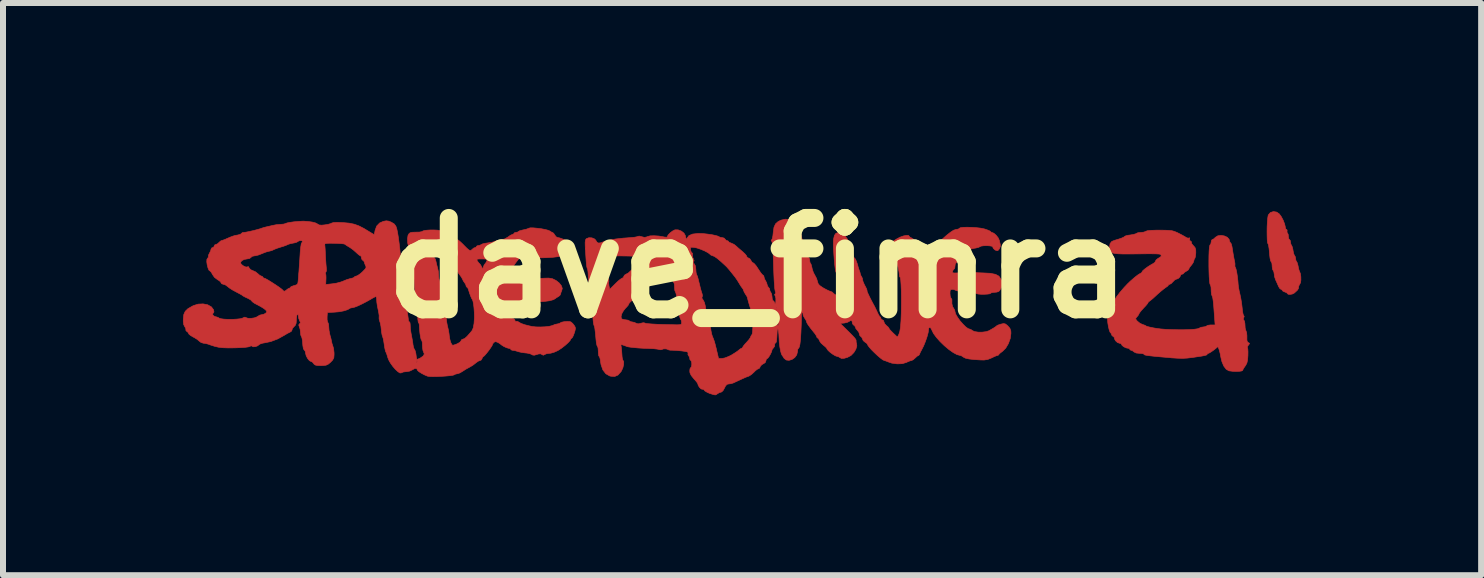
<source format=kicad_pcb>
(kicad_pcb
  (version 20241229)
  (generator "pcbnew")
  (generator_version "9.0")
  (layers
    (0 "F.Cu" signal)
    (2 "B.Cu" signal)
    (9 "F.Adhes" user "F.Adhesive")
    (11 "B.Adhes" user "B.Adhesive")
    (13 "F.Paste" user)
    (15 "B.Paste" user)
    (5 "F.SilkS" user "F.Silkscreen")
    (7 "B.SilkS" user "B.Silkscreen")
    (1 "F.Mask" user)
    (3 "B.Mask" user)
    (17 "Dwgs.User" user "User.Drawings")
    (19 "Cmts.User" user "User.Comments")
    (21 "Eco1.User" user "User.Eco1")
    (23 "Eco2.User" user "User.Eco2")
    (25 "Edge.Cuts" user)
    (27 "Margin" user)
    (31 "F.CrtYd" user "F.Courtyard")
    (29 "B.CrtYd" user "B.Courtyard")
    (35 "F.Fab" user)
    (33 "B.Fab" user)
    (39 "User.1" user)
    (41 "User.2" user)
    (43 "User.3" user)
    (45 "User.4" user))
  (footprint "dave_fimra"
    (layer "F.Cu")
    (at 9.584 1.418)
    (property "Reference" "dave_fimra" (at 0 0 0) (layer "F.SilkS") (effects (font (size 1.524 1.524) (thickness 0.3))))
    (attr through_hole)
    (fp_poly (pts (xy 8.65 -0.932) (xy 8.691 -0.904) (xy 8.724 -0.86) (xy 8.757 -0.798) (xy 8.782 -0.734) (xy 8.794 -0.681) (xy 8.794 -0.674) (xy 8.803 -0.648) (xy 8.813 -0.644) (xy 8.824 -0.632) (xy 8.822 -0.619) (xy 8.822 -0.592) (xy 8.829 -0.584) (xy 8.841 -0.562) (xy 8.845 -0.524) (xy 8.85 -0.489) (xy 8.862 -0.474) (xy 8.875 -0.46) (xy 8.879 -0.435) (xy 8.886 -0.397) (xy 8.896 -0.38) (xy 8.909 -0.353) (xy 8.92 -0.307) (xy 8.923 -0.287) (xy 8.933 -0.241) (xy 8.944 -0.211) (xy 8.949 -0.206) (xy 8.96 -0.187) (xy 8.964 -0.161) (xy 8.97 -0.126) (xy 8.979 -0.111) (xy 8.991 -0.09) (xy 9.003 -0.048) (xy 9.007 -0.03) (xy 9.017 0.019) (xy 9.028 0.053) (xy 9.031 0.059) (xy 9.045 0.094) (xy 9.052 0.146) (xy 9.053 0.201) (xy 9.047 0.245) (xy 9.038 0.262) (xy 9.018 0.299) (xy 9.015 0.32) (xy 9.011 0.344) (xy 8.995 0.369) (xy 8.961 0.401) (xy 8.94 0.419) (xy 8.909 0.434) (xy 8.872 0.44) (xy 8.84 0.437) (xy 8.828 0.425) (xy 8.814 0.411) (xy 8.786 0.4) (xy 8.754 0.386) (xy 8.743 0.372) (xy 8.73 0.357) (xy 8.722 0.356) (xy 8.702 0.342) (xy 8.68 0.307) (xy 8.678 0.301) (xy 8.654 0.246) (xy 8.631 0.196) (xy 8.614 0.145) (xy 8.608 0.1) (xy 8.602 0.062) (xy 8.591 0.042) (xy 8.58 0.02) (xy 8.574 -0.022) (xy 8.574 -0.033) (xy 8.57 -0.077) (xy 8.56 -0.103) (xy 8.556 -0.105) (xy 8.547 -0.123) (xy 8.538 -0.167) (xy 8.531 -0.229) (xy 8.529 -0.254) (xy 8.523 -0.32) (xy 8.515 -0.372) (xy 8.507 -0.401) (xy 8.504 -0.404) (xy 8.497 -0.423) (xy 8.492 -0.468) (xy 8.49 -0.531) (xy 8.489 -0.607) (xy 8.49 -0.686) (xy 8.494 -0.761) (xy 8.499 -0.825) (xy 8.506 -0.87) (xy 8.51 -0.885) (xy 8.545 -0.925) (xy 8.595 -0.941) (xy 8.65 -0.932)) (stroke (width 0.01) (type solid)) (fill yes) (layer "F.Cu"))
    (fp_poly (pts (xy 6.791 -0.63) (xy 6.855 -0.627) (xy 6.903 -0.622) (xy 6.942 -0.611) (xy 6.982 -0.595) (xy 7.017 -0.578) (xy 7.073 -0.549) (xy 7.119 -0.523) (xy 7.144 -0.507) (xy 7.173 -0.497) (xy 7.187 -0.501) (xy 7.2 -0.503) (xy 7.197 -0.487) (xy 7.2 -0.459) (xy 7.212 -0.451) (xy 7.23 -0.435) (xy 7.228 -0.426) (xy 7.233 -0.406) (xy 7.257 -0.376) (xy 7.262 -0.372) (xy 7.289 -0.34) (xy 7.3 -0.303) (xy 7.301 -0.25) (xy 7.296 -0.2) (xy 7.288 -0.166) (xy 7.283 -0.159) (xy 7.271 -0.137) (xy 7.269 -0.122) (xy 7.258 -0.091) (xy 7.232 -0.052) (xy 7.227 -0.047) (xy 7.199 -0.012) (xy 7.185 0.014) (xy 7.185 0.017) (xy 7.171 0.036) (xy 7.142 0.054) (xy 7.111 0.073) (xy 7.1 0.087) (xy 7.086 0.1) (xy 7.074 0.102) (xy 7.052 0.111) (xy 7.049 0.12) (xy 7.035 0.15) (xy 7.005 0.177) (xy 6.976 0.186) (xy 6.95 0.199) (xy 6.92 0.229) (xy 6.891 0.259) (xy 6.867 0.271) (xy 6.867 0.271) (xy 6.847 0.279) (xy 6.846 0.284) (xy 6.833 0.301) (xy 6.801 0.324) (xy 6.799 0.325) (xy 6.765 0.35) (xy 6.716 0.39) (xy 6.66 0.439) (xy 6.642 0.456) (xy 6.592 0.502) (xy 6.55 0.537) (xy 6.524 0.557) (xy 6.519 0.559) (xy 6.507 0.572) (xy 6.507 0.575) (xy 6.496 0.594) (xy 6.467 0.629) (xy 6.43 0.668) (xy 6.391 0.711) (xy 6.364 0.746) (xy 6.354 0.763) (xy 6.343 0.786) (xy 6.322 0.812) (xy 6.301 0.836) (xy 6.301 0.854) (xy 6.322 0.881) (xy 6.329 0.888) (xy 6.371 0.922) (xy 6.416 0.942) (xy 6.454 0.955) (xy 6.473 0.967) (xy 6.492 0.975) (xy 6.537 0.986) (xy 6.6 0.999) (xy 6.642 1.006) (xy 6.716 1.016) (xy 6.806 1.023) (xy 6.906 1.027) (xy 7.009 1.029) (xy 7.109 1.029) (xy 7.2 1.026) (xy 7.276 1.021) (xy 7.331 1.013) (xy 7.357 1.003) (xy 7.389 0.988) (xy 7.424 0.983) (xy 7.462 0.977) (xy 7.481 0.966) (xy 7.503 0.955) (xy 7.545 0.949) (xy 7.557 0.949) (xy 7.623 0.949) (xy 7.615 0.843) (xy 7.606 0.72) (xy 7.599 0.626) (xy 7.592 0.558) (xy 7.586 0.512) (xy 7.58 0.484) (xy 7.574 0.469) (xy 7.573 0.467) (xy 7.563 0.441) (xy 7.558 0.395) (xy 7.557 0.37) (xy 7.555 0.321) (xy 7.548 0.288) (xy 7.543 0.281) (xy 7.535 0.26) (xy 7.529 0.212) (xy 7.524 0.144) (xy 7.521 0.061) (xy 7.519 -0.03) (xy 7.519 -0.122) (xy 7.52 -0.21) (xy 7.523 -0.286) (xy 7.528 -0.345) (xy 7.535 -0.38) (xy 7.54 -0.387) (xy 7.553 -0.406) (xy 7.557 -0.433) (xy 7.564 -0.465) (xy 7.576 -0.474) (xy 7.601 -0.486) (xy 7.628 -0.512) (xy 7.668 -0.537) (xy 7.721 -0.544) (xy 7.777 -0.535) (xy 7.825 -0.513) (xy 7.856 -0.479) (xy 7.862 -0.455) (xy 7.872 -0.427) (xy 7.881 -0.42) (xy 7.893 -0.401) (xy 7.904 -0.358) (xy 7.913 -0.304) (xy 7.924 -0.234) (xy 7.936 -0.167) (xy 7.944 -0.128) (xy 7.953 -0.083) (xy 7.954 -0.051) (xy 7.953 -0.047) (xy 7.954 -0.023) (xy 7.96 -0.012) (xy 7.971 0.016) (xy 7.983 0.069) (xy 7.994 0.139) (xy 8.003 0.216) (xy 8.007 0.271) (xy 8.013 0.321) (xy 8.025 0.386) (xy 8.036 0.432) (xy 8.051 0.503) (xy 8.065 0.588) (xy 8.074 0.665) (xy 8.081 0.727) (xy 8.09 0.773) (xy 8.1 0.795) (xy 8.102 0.796) (xy 8.108 0.808) (xy 8.1 0.829) (xy 8.092 0.858) (xy 8.102 0.868) (xy 8.113 0.887) (xy 8.12 0.928) (xy 8.121 0.95) (xy 8.124 1.001) (xy 8.134 1.039) (xy 8.138 1.047) (xy 8.148 1.077) (xy 8.153 1.125) (xy 8.153 1.151) (xy 8.153 1.205) (xy 8.163 1.233) (xy 8.177 1.244) (xy 8.196 1.254) (xy 8.191 1.27) (xy 8.178 1.285) (xy 8.161 1.313) (xy 8.163 1.328) (xy 8.168 1.35) (xy 8.171 1.396) (xy 8.17 1.457) (xy 8.17 1.461) (xy 8.164 1.534) (xy 8.153 1.584) (xy 8.132 1.624) (xy 8.124 1.635) (xy 8.097 1.674) (xy 8.083 1.702) (xy 8.083 1.706) (xy 8.067 1.716) (xy 8.028 1.722) (xy 7.974 1.724) (xy 7.916 1.722) (xy 7.863 1.715) (xy 7.854 1.714) (xy 7.808 1.688) (xy 7.767 1.634) (xy 7.736 1.56) (xy 7.719 1.489) (xy 7.706 1.421) (xy 7.691 1.364) (xy 7.677 1.326) (xy 7.664 1.313) (xy 7.661 1.316) (xy 7.638 1.338) (xy 7.6 1.368) (xy 7.558 1.397) (xy 7.523 1.418) (xy 7.508 1.423) (xy 7.49 1.434) (xy 7.49 1.438) (xy 7.487 1.446) (xy 7.474 1.452) (xy 7.448 1.459) (xy 7.403 1.468) (xy 7.335 1.478) (xy 7.237 1.493) (xy 7.233 1.493) (xy 7.157 1.502) (xy 7.084 1.506) (xy 7.001 1.504) (xy 6.9 1.498) (xy 6.851 1.493) (xy 6.722 1.482) (xy 6.623 1.473) (xy 6.55 1.465) (xy 6.499 1.459) (xy 6.466 1.453) (xy 6.448 1.448) (xy 6.44 1.443) (xy 6.439 1.439) (xy 6.424 1.429) (xy 6.386 1.424) (xy 6.365 1.423) (xy 6.307 1.417) (xy 6.272 1.4) (xy 6.27 1.398) (xy 6.241 1.376) (xy 6.225 1.373) (xy 6.204 1.363) (xy 6.202 1.356) (xy 6.188 1.34) (xy 6.177 1.339) (xy 6.137 1.331) (xy 6.097 1.311) (xy 6.07 1.288) (xy 6.066 1.277) (xy 6.052 1.259) (xy 6.028 1.254) (xy 5.995 1.242) (xy 5.963 1.213) (xy 5.945 1.18) (xy 5.944 1.164) (xy 5.934 1.148) (xy 5.922 1.141) (xy 5.9 1.12) (xy 5.897 1.108) (xy 5.889 1.087) (xy 5.883 1.084) (xy 5.871 1.069) (xy 5.857 1.03) (xy 5.844 0.975) (xy 5.834 0.915) (xy 5.829 0.859) (xy 5.829 0.847) (xy 5.837 0.78) (xy 5.861 0.703) (xy 5.904 0.608) (xy 5.94 0.542) (xy 5.98 0.48) (xy 6.038 0.404) (xy 6.105 0.326) (xy 6.173 0.254) (xy 6.21 0.219) (xy 6.28 0.158) (xy 6.331 0.118) (xy 6.365 0.096) (xy 6.375 0.092) (xy 6.401 0.075) (xy 6.406 0.062) (xy 6.419 0.043) (xy 6.455 0.013) (xy 6.503 -0.022) (xy 6.557 -0.056) (xy 6.593 -0.076) (xy 6.619 -0.095) (xy 6.625 -0.107) (xy 6.639 -0.134) (xy 6.672 -0.161) (xy 6.697 -0.174) (xy 6.724 -0.195) (xy 6.721 -0.219) (xy 6.71 -0.229) (xy 6.687 -0.233) (xy 6.637 -0.236) (xy 6.568 -0.237) (xy 6.486 -0.237) (xy 6.477 -0.237) (xy 6.316 -0.235) (xy 6.187 -0.234) (xy 6.085 -0.234) (xy 6.007 -0.237) (xy 5.949 -0.243) (xy 5.91 -0.252) (xy 5.885 -0.265) (xy 5.871 -0.283) (xy 5.864 -0.305) (xy 5.863 -0.334) (xy 5.863 -0.343) (xy 5.871 -0.405) (xy 5.9 -0.443) (xy 5.948 -0.462) (xy 6.006 -0.479) (xy 6.06 -0.497) (xy 6.1 -0.515) (xy 6.117 -0.528) (xy 6.117 -0.528) (xy 6.132 -0.536) (xy 6.172 -0.546) (xy 6.21 -0.551) (xy 6.263 -0.56) (xy 6.301 -0.571) (xy 6.313 -0.578) (xy 6.335 -0.588) (xy 6.376 -0.593) (xy 6.386 -0.593) (xy 6.433 -0.598) (xy 6.466 -0.61) (xy 6.469 -0.613) (xy 6.496 -0.622) (xy 6.557 -0.628) (xy 6.648 -0.631) (xy 6.701 -0.631) (xy 6.791 -0.63)) (stroke (width 0.01) (type solid)) (fill yes) (layer "F.Cu"))
    (fp_poly (pts (xy -6.151 -0.781) (xy -6.109 -0.763) (xy -6.061 -0.734) (xy -6.034 -0.697) (xy -6.02 -0.657) (xy -6.007 -0.596) (xy -5.993 -0.511) (xy -5.98 -0.413) (xy -5.968 -0.312) (xy -5.96 -0.218) (xy -5.958 -0.183) (xy -5.951 -0.125) (xy -5.941 -0.079) (xy -5.932 -0.061) (xy -5.921 -0.025) (xy -5.927 -0.005) (xy -5.933 0.031) (xy -5.931 0.096) (xy -5.922 0.169) (xy -5.913 0.236) (xy -5.908 0.29) (xy -5.907 0.322) (xy -5.908 0.327) (xy -5.907 0.35) (xy -5.9 0.361) (xy -5.89 0.388) (xy -5.883 0.437) (xy -5.879 0.483) (xy -5.876 0.567) (xy -5.874 0.622) (xy -5.871 0.656) (xy -5.868 0.672) (xy -5.863 0.677) (xy -5.861 0.678) (xy -5.854 0.693) (xy -5.845 0.732) (xy -5.836 0.786) (xy -5.828 0.843) (xy -5.825 0.877) (xy -5.814 0.897) (xy -5.808 0.898) (xy -5.799 0.913) (xy -5.795 0.95) (xy -5.795 0.962) (xy -5.792 1.018) (xy -5.782 1.084) (xy -5.777 1.11) (xy -5.764 1.179) (xy -5.752 1.25) (xy -5.75 1.271) (xy -5.741 1.319) (xy -5.729 1.351) (xy -5.724 1.357) (xy -5.713 1.379) (xy -5.702 1.422) (xy -5.699 1.442) (xy -5.693 1.488) (xy -5.687 1.517) (xy -5.685 1.522) (xy -5.668 1.519) (xy -5.633 1.504) (xy -5.626 1.5) (xy -5.579 1.467) (xy -5.56 1.433) (xy -5.573 1.402) (xy -5.583 1.375) (xy -5.59 1.327) (xy -5.592 1.293) (xy -5.594 1.243) (xy -5.601 1.21) (xy -5.607 1.203) (xy -5.615 1.188) (xy -5.624 1.147) (xy -5.633 1.092) (xy -5.639 1.029) (xy -5.643 0.969) (xy -5.643 0.953) (xy -5.648 0.923) (xy -5.656 0.915) (xy -5.662 0.899) (xy -5.668 0.858) (xy -5.672 0.799) (xy -5.673 0.785) (xy -5.677 0.72) (xy -5.683 0.668) (xy -5.689 0.639) (xy -5.69 0.637) (xy -5.695 0.627) (xy -5.699 0.613) (xy -5.703 0.589) (xy -5.706 0.549) (xy -5.71 0.49) (xy -5.716 0.404) (xy -5.719 0.347) (xy -5.724 0.273) (xy -5.729 0.209) (xy -5.735 0.166) (xy -5.738 0.153) (xy -5.743 0.123) (xy -5.75 0.072) (xy -5.755 0.009) (xy -5.755 0.009) (xy -5.761 -0.053) (xy -5.77 -0.101) (xy -5.779 -0.126) (xy -5.779 -0.126) (xy -5.789 -0.152) (xy -5.795 -0.197) (xy -5.796 -0.211) (xy -5.802 -0.273) (xy -5.816 -0.334) (xy -5.818 -0.339) (xy -5.831 -0.392) (xy -5.488 -0.392) (xy -5.469 -0.356) (xy -5.464 -0.348) (xy -5.444 -0.31) (xy -5.439 -0.285) (xy -5.431 -0.259) (xy -5.422 -0.254) (xy -5.409 -0.24) (xy -5.405 -0.213) (xy -5.4 -0.18) (xy -5.39 -0.167) (xy -5.376 -0.148) (xy -5.366 -0.11) (xy -5.354 -0.057) (xy -5.339 -0.000423) (xy -5.339 -0.000112) (xy -5.326 0.058) (xy -5.321 0.122) (xy -5.321 0.128) (xy -5.317 0.175) (xy -5.308 0.208) (xy -5.305 0.213) (xy -5.294 0.238) (xy -5.284 0.284) (xy -5.281 0.305) (xy -5.273 0.368) (xy -5.263 0.429) (xy -5.261 0.441) (xy -5.254 0.496) (xy -5.251 0.546) (xy -5.245 0.58) (xy -5.233 0.593) (xy -5.222 0.605) (xy -5.224 0.617) (xy -5.227 0.644) (xy -5.223 0.651) (xy -5.216 0.664) (xy -5.209 0.691) (xy -5.203 0.737) (xy -5.196 0.81) (xy -5.194 0.837) (xy -5.187 0.902) (xy -5.176 0.962) (xy -5.169 0.99) (xy -5.157 1.041) (xy -5.147 1.103) (xy -5.146 1.118) (xy -5.136 1.183) (xy -5.121 1.238) (xy -5.102 1.276) (xy -5.086 1.288) (xy -5.062 1.282) (xy -5.02 1.267) (xy -5.009 1.262) (xy -4.97 1.24) (xy -4.949 1.217) (xy -4.948 1.211) (xy -4.934 1.191) (xy -4.916 1.186) (xy -4.886 1.174) (xy -4.845 1.137) (xy -4.789 1.073) (xy -4.763 1.041) (xy -4.744 0.996) (xy -4.731 0.923) (xy -4.725 0.825) (xy -4.725 0.811) (xy -4.727 0.738) (xy -4.732 0.665) (xy -4.74 0.599) (xy -4.75 0.55) (xy -4.76 0.525) (xy -4.76 0.525) (xy -4.773 0.504) (xy -4.791 0.461) (xy -4.809 0.411) (xy -4.823 0.365) (xy -4.824 0.36) (xy -4.837 0.33) (xy -4.848 0.322) (xy -4.862 0.308) (xy -4.863 0.298) (xy -4.874 0.266) (xy -4.886 0.25) (xy -4.911 0.214) (xy -4.92 0.193) (xy -4.941 0.153) (xy -4.961 0.126) (xy -4.99 0.086) (xy -5.016 0.043) (xy -5.045 -0.003) (xy -5.093 -0.063) (xy -5.154 -0.132) (xy -5.161 -0.139) (xy -4.684 -0.139) (xy -4.679 -0.122) (xy -4.677 -0.12) (xy -4.655 -0.088) (xy -4.642 -0.076) (xy -4.622 -0.053) (xy -4.605 -0.02) (xy -4.591 0.01) (xy -4.584 0.01) (xy -4.579 -0.011) (xy -4.563 -0.051) (xy -4.549 -0.069) (xy -4.528 -0.097) (xy -4.524 -0.111) (xy -4.511 -0.137) (xy -4.503 -0.141) (xy -4.507 -0.146) (xy -4.538 -0.149) (xy -4.588 -0.151) (xy -4.646 -0.151) (xy -4.676 -0.148) (xy -4.684 -0.139) (xy -5.161 -0.139) (xy -5.222 -0.204) (xy -5.291 -0.273) (xy -5.356 -0.334) (xy -5.413 -0.381) (xy -5.454 -0.408) (xy -5.46 -0.411) (xy -5.485 -0.412) (xy -5.488 -0.392) (xy -5.831 -0.392) (xy -5.837 -0.414) (xy -5.841 -0.486) (xy -5.832 -0.544) (xy -5.82 -0.567) (xy -5.798 -0.587) (xy -5.763 -0.596) (xy -5.706 -0.598) (xy -5.698 -0.598) (xy -5.643 -0.599) (xy -5.603 -0.606) (xy -5.59 -0.614) (xy -5.568 -0.623) (xy -5.522 -0.63) (xy -5.463 -0.634) (xy -5.399 -0.634) (xy -5.34 -0.631) (xy -5.295 -0.625) (xy -5.274 -0.615) (xy -5.274 -0.614) (xy -5.253 -0.596) (xy -5.236 -0.593) (xy -5.203 -0.586) (xy -5.161 -0.568) (xy -5.124 -0.545) (xy -5.102 -0.526) (xy -5.1 -0.521) (xy -5.086 -0.511) (xy -5.066 -0.508) (xy -5.039 -0.501) (xy -5.033 -0.491) (xy -5.019 -0.476) (xy -5.011 -0.474) (xy -4.99 -0.463) (xy -4.954 -0.432) (xy -4.909 -0.389) (xy -4.902 -0.381) (xy -4.851 -0.33) (xy -4.817 -0.301) (xy -4.794 -0.291) (xy -4.775 -0.299) (xy -4.761 -0.313) (xy -4.733 -0.335) (xy -4.717 -0.339) (xy -4.696 -0.349) (xy -4.694 -0.356) (xy -4.68 -0.37) (xy -4.663 -0.373) (xy -4.627 -0.382) (xy -4.615 -0.39) (xy -4.59 -0.402) (xy -4.542 -0.413) (xy -4.506 -0.418) (xy -4.452 -0.426) (xy -4.411 -0.435) (xy -4.397 -0.441) (xy -4.371 -0.45) (xy -4.325 -0.459) (xy -4.298 -0.464) (xy -4.22 -0.485) (xy -4.165 -0.517) (xy -4.127 -0.544) (xy -4.095 -0.559) (xy -4.091 -0.559) (xy -4.069 -0.569) (xy -4.067 -0.576) (xy -4.053 -0.59) (xy -4.034 -0.593) (xy -4.002 -0.6) (xy -3.991 -0.609) (xy -3.97 -0.621) (xy -3.928 -0.632) (xy -3.91 -0.636) (xy -3.86 -0.647) (xy -3.824 -0.66) (xy -3.817 -0.664) (xy -3.791 -0.67) (xy -3.741 -0.669) (xy -3.677 -0.663) (xy -3.607 -0.654) (xy -3.543 -0.642) (xy -3.492 -0.628) (xy -3.464 -0.615) (xy -3.464 -0.615) (xy -3.436 -0.596) (xy -3.424 -0.593) (xy -3.404 -0.579) (xy -3.386 -0.551) (xy -3.361 -0.519) (xy -3.334 -0.508) (xy -3.302 -0.501) (xy -3.252 -0.483) (xy -3.21 -0.465) (xy -3.159 -0.439) (xy -3.131 -0.419) (xy -3.12 -0.394) (xy -3.118 -0.357) (xy -3.118 -0.353) (xy -3.124 -0.296) (xy -3.149 -0.258) (xy -3.199 -0.228) (xy -3.203 -0.227) (xy -3.263 -0.205) (xy -3.335 -0.189) (xy -3.423 -0.178) (xy -3.534 -0.172) (xy -3.673 -0.169) (xy -3.691 -0.169) (xy -3.975 -0.169) (xy -4.038 -0.085) (xy -4.071 -0.039) (xy -4.093 -0.004) (xy -4.101 0.011) (xy -4.111 0.031) (xy -4.135 0.06) (xy -4.161 0.102) (xy -4.179 0.155) (xy -4.18 0.163) (xy -4.191 0.208) (xy -4.206 0.238) (xy -4.209 0.241) (xy -4.207 0.249) (xy -4.178 0.254) (xy -4.165 0.254) (xy -4.121 0.25) (xy -4.094 0.24) (xy -4.092 0.237) (xy -4.071 0.228) (xy -4.027 0.222) (xy -3.99 0.22) (xy -3.938 0.218) (xy -3.901 0.211) (xy -3.89 0.206) (xy -3.871 0.199) (xy -3.826 0.192) (xy -3.762 0.185) (xy -3.688 0.178) (xy -3.611 0.172) (xy -3.538 0.169) (xy -3.485 0.168) (xy -3.423 0.179) (xy -3.364 0.208) (xy -3.313 0.248) (xy -3.276 0.294) (xy -3.26 0.34) (xy -3.269 0.376) (xy -3.284 0.413) (xy -3.287 0.431) (xy -3.301 0.458) (xy -3.325 0.476) (xy -3.358 0.495) (xy -3.372 0.507) (xy -3.408 0.528) (xy -3.474 0.546) (xy -3.566 0.558) (xy -3.682 0.566) (xy -3.816 0.569) (xy -3.967 0.566) (xy -4.071 0.561) (xy -4.16 0.558) (xy -4.221 0.559) (xy -4.25 0.564) (xy -4.253 0.568) (xy -4.243 0.62) (xy -4.218 0.681) (xy -4.182 0.742) (xy -4.142 0.796) (xy -4.102 0.833) (xy -4.069 0.847) (xy -4.052 0.861) (xy -4.05 0.874) (xy -4.041 0.891) (xy -4.032 0.889) (xy -4.006 0.89) (xy -3.985 0.902) (xy -3.947 0.924) (xy -3.884 0.946) (xy -3.804 0.966) (xy -3.762 0.975) (xy -3.699 0.982) (xy -3.623 0.983) (xy -3.546 0.98) (xy -3.477 0.972) (xy -3.429 0.96) (xy -3.422 0.957) (xy -3.377 0.939) (xy -3.34 0.932) (xy -3.308 0.925) (xy -3.297 0.917) (xy -3.274 0.904) (xy -3.23 0.895) (xy -3.179 0.891) (xy -3.135 0.893) (xy -3.117 0.899) (xy -3.087 0.924) (xy -3.061 0.957) (xy -3.045 0.985) (xy -3.041 1.011) (xy -3.049 1.049) (xy -3.06 1.084) (xy -3.078 1.132) (xy -3.095 1.163) (xy -3.103 1.169) (xy -3.117 1.182) (xy -3.118 1.185) (xy -3.131 1.21) (xy -3.165 1.247) (xy -3.213 1.29) (xy -3.268 1.333) (xy -3.322 1.369) (xy -3.338 1.378) (xy -3.396 1.404) (xy -3.452 1.42) (xy -3.479 1.423) (xy -3.523 1.429) (xy -3.554 1.442) (xy -3.554 1.443) (xy -3.578 1.454) (xy -3.599 1.442) (xy -3.624 1.43) (xy -3.66 1.434) (xy -3.684 1.442) (xy -3.728 1.454) (xy -3.757 1.45) (xy -3.768 1.442) (xy -3.799 1.429) (xy -3.849 1.418) (xy -3.875 1.416) (xy -3.935 1.408) (xy -3.989 1.396) (xy -4.004 1.391) (xy -4.05 1.377) (xy -4.085 1.373) (xy -4.112 1.365) (xy -4.118 1.356) (xy -4.132 1.342) (xy -4.152 1.339) (xy -4.189 1.329) (xy -4.236 1.307) (xy -4.278 1.28) (xy -4.287 1.271) (xy -4.307 1.257) (xy -4.335 1.24) (xy -4.371 1.227) (xy -4.398 1.238) (xy -4.398 1.238) (xy -4.419 1.263) (xy -4.423 1.274) (xy -4.432 1.296) (xy -4.457 1.334) (xy -4.489 1.379) (xy -4.524 1.423) (xy -4.554 1.458) (xy -4.572 1.474) (xy -4.574 1.474) (xy -4.589 1.488) (xy -4.597 1.508) (xy -4.615 1.536) (xy -4.632 1.542) (xy -4.661 1.553) (xy -4.698 1.579) (xy -4.705 1.585) (xy -4.754 1.623) (xy -4.809 1.655) (xy -4.811 1.656) (xy -4.868 1.687) (xy -4.922 1.722) (xy -4.924 1.723) (xy -4.967 1.749) (xy -5.005 1.762) (xy -5.01 1.762) (xy -5.047 1.771) (xy -5.062 1.781) (xy -5.085 1.788) (xy -5.133 1.795) (xy -5.199 1.801) (xy -5.275 1.806) (xy -5.352 1.809) (xy -5.421 1.81) (xy -5.476 1.808) (xy -5.507 1.803) (xy -5.557 1.782) (xy -5.608 1.755) (xy -5.65 1.728) (xy -5.674 1.706) (xy -5.676 1.7) (xy -5.688 1.677) (xy -5.718 1.675) (xy -5.758 1.696) (xy -5.759 1.697) (xy -5.805 1.719) (xy -5.86 1.728) (xy -5.862 1.728) (xy -5.908 1.733) (xy -5.941 1.746) (xy -5.944 1.748) (xy -5.966 1.75) (xy -6.001 1.728) (xy -6.043 1.689) (xy -6.086 1.639) (xy -6.125 1.584) (xy -6.139 1.559) (xy -5.693 1.559) (xy -5.687 1.573) (xy -5.682 1.57) (xy -5.68 1.55) (xy -5.682 1.548) (xy -5.692 1.55) (xy -5.693 1.559) (xy -6.139 1.559) (xy -6.155 1.53) (xy -6.168 1.496) (xy -6.183 1.445) (xy -6.197 1.408) (xy -6.203 1.398) (xy -6.211 1.373) (xy -6.221 1.326) (xy -6.228 1.279) (xy -6.237 1.22) (xy -6.247 1.17) (xy -6.255 1.148) (xy -6.265 1.115) (xy -6.274 1.062) (xy -6.277 1.03) (xy -6.284 0.967) (xy -6.296 0.911) (xy -6.303 0.891) (xy -6.314 0.85) (xy -6.314 0.821) (xy -6.313 0.794) (xy -6.32 0.746) (xy -6.329 0.701) (xy -6.343 0.634) (xy -6.352 0.57) (xy -6.354 0.538) (xy -6.357 0.497) (xy -6.365 0.476) (xy -6.367 0.475) (xy -6.388 0.484) (xy -6.426 0.504) (xy -6.447 0.517) (xy -6.52 0.558) (xy -6.595 0.597) (xy -6.664 0.63) (xy -6.72 0.652) (xy -6.755 0.661) (xy -6.756 0.661) (xy -6.789 0.666) (xy -6.801 0.672) (xy -6.838 0.694) (xy -6.9 0.714) (xy -6.977 0.729) (xy -7.057 0.736) (xy -7.176 0.742) (xy -7.181 0.813) (xy -7.181 0.862) (xy -7.173 0.899) (xy -7.169 0.905) (xy -7.157 0.935) (xy -7.153 0.981) (xy -7.153 0.984) (xy -7.149 1.038) (xy -7.137 1.1) (xy -7.133 1.118) (xy -7.118 1.17) (xy -7.109 1.212) (xy -7.107 1.223) (xy -7.098 1.263) (xy -7.091 1.282) (xy -7.073 1.341) (xy -7.065 1.413) (xy -7.065 1.449) (xy -7.069 1.497) (xy -7.089 1.535) (xy -7.124 1.572) (xy -7.162 1.603) (xy -7.198 1.62) (xy -7.245 1.626) (xy -7.285 1.627) (xy -7.345 1.625) (xy -7.38 1.617) (xy -7.4 1.601) (xy -7.405 1.593) (xy -7.429 1.566) (xy -7.447 1.559) (xy -7.475 1.545) (xy -7.505 1.509) (xy -7.529 1.464) (xy -7.54 1.422) (xy -7.54 1.418) (xy -7.548 1.383) (xy -7.562 1.368) (xy -7.576 1.346) (xy -7.585 1.295) (xy -7.588 1.261) (xy -7.593 1.204) (xy -7.601 1.161) (xy -7.609 1.145) (xy -7.62 1.118) (xy -7.625 1.074) (xy -7.625 1.071) (xy -7.631 1.021) (xy -7.644 0.98) (xy -7.654 0.949) (xy -7.64 0.93) (xy -7.625 0.913) (xy -7.635 0.887) (xy -7.638 0.882) (xy -7.655 0.837) (xy -7.659 0.804) (xy -7.664 0.775) (xy -7.676 0.771) (xy -7.686 0.793) (xy -7.692 0.836) (xy -7.693 0.864) (xy -7.697 0.92) (xy -7.711 0.956) (xy -7.732 0.977) (xy -7.758 1.006) (xy -7.765 1.029) (xy -7.773 1.051) (xy -7.797 1.068) (xy -7.84 1.089) (xy -7.887 1.117) (xy -7.888 1.118) (xy -8.003 1.182) (xy -8.12 1.226) (xy -8.205 1.244) (xy -8.26 1.254) (xy -8.301 1.268) (xy -8.315 1.278) (xy -8.341 1.298) (xy -8.378 1.311) (xy -8.414 1.313) (xy -8.43 1.304) (xy -8.449 1.296) (xy -8.465 1.306) (xy -8.494 1.315) (xy -8.552 1.323) (xy -8.638 1.328) (xy -8.722 1.331) (xy -8.832 1.332) (xy -8.917 1.329) (xy -8.988 1.321) (xy -9.054 1.306) (xy -9.126 1.283) (xy -9.164 1.269) (xy -9.212 1.257) (xy -9.241 1.254) (xy -9.282 1.242) (xy -9.311 1.22) (xy -9.345 1.191) (xy -9.395 1.16) (xy -9.416 1.149) (xy -9.458 1.124) (xy -9.485 1.101) (xy -9.489 1.092) (xy -9.503 1.069) (xy -9.516 1.061) (xy -9.535 1.042) (xy -9.535 1.029) (xy -9.539 1.002) (xy -9.555 0.977) (xy -9.572 0.942) (xy -9.579 0.887) (xy -9.578 0.845) (xy -9.57 0.775) (xy -9.546 0.722) (xy -9.501 0.678) (xy -9.43 0.637) (xy -9.408 0.626) (xy -9.331 0.602) (xy -9.248 0.598) (xy -9.172 0.613) (xy -9.113 0.646) (xy -9.107 0.651) (xy -9.074 0.696) (xy -9.067 0.733) (xy -9.083 0.755) (xy -9.09 0.773) (xy -9.076 0.795) (xy -9.048 0.811) (xy -9.033 0.813) (xy -8.996 0.825) (xy -8.983 0.835) (xy -8.955 0.845) (xy -8.903 0.852) (xy -8.835 0.856) (xy -8.761 0.856) (xy -8.689 0.852) (xy -8.63 0.846) (xy -8.591 0.836) (xy -8.585 0.832) (xy -8.553 0.819) (xy -8.536 0.826) (xy -8.501 0.838) (xy -8.448 0.839) (xy -8.393 0.831) (xy -8.349 0.814) (xy -8.339 0.807) (xy -8.302 0.785) (xy -8.275 0.779) (xy -8.235 0.77) (xy -8.209 0.756) (xy -8.187 0.736) (xy -8.19 0.718) (xy -8.206 0.699) (xy -8.236 0.675) (xy -8.286 0.644) (xy -8.336 0.617) (xy -8.388 0.59) (xy -8.424 0.565) (xy -8.438 0.55) (xy -8.452 0.534) (xy -8.489 0.512) (xy -8.51 0.502) (xy -8.555 0.481) (xy -8.585 0.464) (xy -8.591 0.459) (xy -8.609 0.446) (xy -8.65 0.424) (xy -8.701 0.397) (xy -8.76 0.365) (xy -8.811 0.332) (xy -8.839 0.309) (xy -8.876 0.282) (xy -8.911 0.271) (xy -8.939 0.262) (xy -8.947 0.248) (xy -8.961 0.226) (xy -8.995 0.201) (xy -9.004 0.197) (xy -9.058 0.156) (xy -9.09 0.11) (xy -9.111 0.072) (xy -9.129 0.052) (xy -9.132 0.051) (xy -9.151 0.036) (xy -9.167 -0.002) (xy -9.18 -0.052) (xy -9.185 -0.088) (xy -8.625 -0.088) (xy -8.612 -0.063) (xy -8.581 -0.038) (xy -8.546 -0.02) (xy -8.517 -0.016) (xy -8.511 -0.019) (xy -8.493 -0.024) (xy -8.482 -0.003) (xy -8.457 0.027) (xy -8.423 0.042) (xy -8.377 0.062) (xy -8.336 0.094) (xy -8.303 0.123) (xy -8.276 0.135) (xy -8.274 0.136) (xy -8.254 0.146) (xy -8.252 0.153) (xy -8.238 0.168) (xy -8.229 0.169) (xy -8.206 0.178) (xy -8.163 0.202) (xy -8.108 0.236) (xy -8.049 0.274) (xy -7.992 0.312) (xy -7.947 0.345) (xy -7.92 0.368) (xy -7.916 0.374) (xy -7.898 0.389) (xy -7.868 0.375) (xy -7.856 0.364) (xy -7.828 0.343) (xy -7.813 0.339) (xy -7.795 0.328) (xy -7.795 0.324) (xy -7.78 0.31) (xy -7.743 0.296) (xy -7.731 0.293) (xy -7.69 0.28) (xy -7.67 0.26) (xy -7.664 0.22) (xy -7.663 0.211) (xy -7.658 0.149) (xy -7.653 0.081) (xy -7.651 0.068) (xy -7.648 0.019) (xy -7.643 -0.052) (xy -7.637 -0.137) (xy -7.633 -0.203) (xy -7.628 -0.282) (xy -7.621 -0.348) (xy -7.613 -0.395) (xy -7.613 -0.397) (xy -7.221 -0.397) (xy -7.22 -0.39) (xy -7.217 -0.362) (xy -7.213 -0.31) (xy -7.21 -0.243) (xy -7.209 -0.22) (xy -7.205 -0.143) (xy -7.2 -0.069) (xy -7.195 -0.012) (xy -7.194 -0.004) (xy -7.192 0.044) (xy -7.199 0.067) (xy -7.203 0.068) (xy -7.212 0.079) (xy -7.208 0.088) (xy -7.201 0.116) (xy -7.199 0.164) (xy -7.2 0.192) (xy -7.204 0.275) (xy -7.093 0.263) (xy -7.022 0.252) (xy -6.952 0.233) (xy -6.912 0.218) (xy -6.854 0.194) (xy -6.797 0.177) (xy -6.784 0.174) (xy -6.746 0.164) (xy -6.727 0.152) (xy -6.727 0.15) (xy -6.713 0.138) (xy -6.697 0.136) (xy -6.669 0.124) (xy -6.627 0.095) (xy -6.593 0.065) (xy -6.552 0.023) (xy -6.533 -0.004) (xy -6.533 -0.025) (xy -6.538 -0.036) (xy -6.554 -0.073) (xy -6.558 -0.091) (xy -6.571 -0.118) (xy -6.583 -0.125) (xy -6.604 -0.148) (xy -6.608 -0.169) (xy -6.615 -0.197) (xy -6.625 -0.203) (xy -6.645 -0.214) (xy -6.679 -0.243) (xy -6.697 -0.26) (xy -6.746 -0.303) (xy -6.799 -0.341) (xy -6.812 -0.349) (xy -6.852 -0.373) (xy -6.879 -0.392) (xy -6.881 -0.395) (xy -6.902 -0.402) (xy -6.948 -0.407) (xy -7.013 -0.411) (xy -7.059 -0.412) (xy -7.137 -0.413) (xy -7.186 -0.411) (xy -7.212 -0.406) (xy -7.221 -0.397) (xy -7.613 -0.397) (xy -7.607 -0.414) (xy -7.592 -0.438) (xy -7.591 -0.444) (xy -7.604 -0.455) (xy -7.633 -0.457) (xy -7.66 -0.448) (xy -7.667 -0.442) (xy -7.688 -0.43) (xy -7.73 -0.418) (xy -7.748 -0.415) (xy -7.797 -0.405) (xy -7.831 -0.394) (xy -7.837 -0.391) (xy -7.861 -0.38) (xy -7.907 -0.363) (xy -7.956 -0.348) (xy -8.012 -0.33) (xy -8.056 -0.313) (xy -8.075 -0.304) (xy -8.103 -0.291) (xy -8.146 -0.28) (xy -8.149 -0.28) (xy -8.201 -0.266) (xy -8.26 -0.243) (xy -8.274 -0.237) (xy -8.328 -0.216) (xy -8.379 -0.204) (xy -8.391 -0.203) (xy -8.43 -0.195) (xy -8.449 -0.178) (xy -8.473 -0.159) (xy -8.512 -0.152) (xy -8.563 -0.143) (xy -8.604 -0.121) (xy -8.624 -0.093) (xy -8.625 -0.088) (xy -9.185 -0.088) (xy -9.187 -0.103) (xy -9.185 -0.144) (xy -9.173 -0.164) (xy -9.158 -0.181) (xy -9.16 -0.189) (xy -9.159 -0.213) (xy -9.143 -0.246) (xy -9.123 -0.285) (xy -9.116 -0.313) (xy -9.103 -0.336) (xy -9.091 -0.339) (xy -9.068 -0.352) (xy -9.065 -0.364) (xy -9.052 -0.387) (xy -9.04 -0.39) (xy -9.01 -0.402) (xy -8.985 -0.424) (xy -8.958 -0.449) (xy -8.941 -0.458) (xy -8.917 -0.464) (xy -8.877 -0.479) (xy -8.865 -0.485) (xy -8.8 -0.513) (xy -8.756 -0.53) (xy -8.721 -0.541) (xy -8.685 -0.548) (xy -8.671 -0.55) (xy -8.631 -0.561) (xy -8.609 -0.574) (xy -8.608 -0.577) (xy -8.594 -0.59) (xy -8.573 -0.593) (xy -8.537 -0.597) (xy -8.481 -0.608) (xy -8.414 -0.623) (xy -8.348 -0.64) (xy -8.295 -0.655) (xy -8.277 -0.662) (xy -8.233 -0.676) (xy -8.201 -0.684) (xy -8.157 -0.694) (xy -8.101 -0.707) (xy -8.091 -0.71) (xy -8.027 -0.722) (xy -7.96 -0.728) (xy -7.955 -0.728) (xy -7.907 -0.732) (xy -7.874 -0.741) (xy -7.87 -0.744) (xy -7.846 -0.752) (xy -7.798 -0.761) (xy -7.736 -0.77) (xy -7.667 -0.776) (xy -7.603 -0.78) (xy -7.574 -0.781) (xy -7.5 -0.776) (xy -7.429 -0.766) (xy -7.372 -0.751) (xy -7.339 -0.733) (xy -7.339 -0.733) (xy -7.314 -0.718) (xy -7.273 -0.714) (xy -7.221 -0.719) (xy -7.164 -0.728) (xy -7.12 -0.741) (xy -7.105 -0.749) (xy -7.074 -0.758) (xy -7.011 -0.761) (xy -6.917 -0.757) (xy -6.914 -0.757) (xy -6.814 -0.748) (xy -6.73 -0.731) (xy -6.652 -0.703) (xy -6.568 -0.66) (xy -6.494 -0.615) (xy -6.446 -0.586) (xy -6.412 -0.566) (xy -6.398 -0.559) (xy -6.392 -0.574) (xy -6.384 -0.611) (xy -6.382 -0.623) (xy -6.355 -0.699) (xy -6.305 -0.751) (xy -6.243 -0.778) (xy -6.194 -0.787) (xy -6.151 -0.781)) (stroke (width 0.01) (type solid)) (fill yes) (layer "F.Cu"))
    (fp_poly (pts (xy 0.528 -0.809) (xy 0.59 -0.788) (xy 0.637 -0.752) (xy 0.66 -0.706) (xy 0.661 -0.692) (xy 0.665 -0.657) (xy 0.674 -0.644) (xy 0.69 -0.629) (xy 0.709 -0.59) (xy 0.725 -0.539) (xy 0.735 -0.492) (xy 0.746 -0.451) (xy 0.76 -0.428) (xy 0.762 -0.427) (xy 0.774 -0.408) (xy 0.779 -0.369) (xy 0.779 -0.363) (xy 0.784 -0.324) (xy 0.794 -0.305) (xy 0.796 -0.305) (xy 0.809 -0.29) (xy 0.821 -0.253) (xy 0.824 -0.237) (xy 0.834 -0.195) (xy 0.846 -0.171) (xy 0.849 -0.169) (xy 0.861 -0.155) (xy 0.864 -0.13) (xy 0.869 -0.094) (xy 0.876 -0.079) (xy 0.884 -0.069) (xy 0.89 -0.054) (xy 0.898 -0.023) (xy 0.909 0.025) (xy 0.927 0.077) (xy 0.952 0.123) (xy 0.979 0.174) (xy 0.994 0.224) (xy 1.005 0.26) (xy 1.029 0.29) (xy 1.075 0.322) (xy 1.096 0.335) (xy 1.148 0.363) (xy 1.191 0.383) (xy 1.212 0.39) (xy 1.241 0.402) (xy 1.249 0.411) (xy 1.273 0.433) (xy 1.312 0.457) (xy 1.313 0.458) (xy 1.352 0.48) (xy 1.375 0.499) (xy 1.376 0.499) (xy 1.392 0.511) (xy 1.401 0.498) (xy 1.399 0.47) (xy 1.391 0.445) (xy 1.375 0.398) (xy 1.363 0.339) (xy 1.361 0.322) (xy 1.352 0.271) (xy 1.34 0.233) (xy 1.335 0.225) (xy 1.324 0.195) (xy 1.317 0.149) (xy 1.317 0.14) (xy 1.313 0.097) (xy 1.304 0.07) (xy 1.302 0.067) (xy 1.295 0.047) (xy 1.288 -0.000079) (xy 1.28 -0.067) (xy 1.273 -0.146) (xy 1.267 -0.231) (xy 1.262 -0.315) (xy 1.259 -0.39) (xy 1.259 -0.449) (xy 1.262 -0.482) (xy 1.277 -0.544) (xy 1.302 -0.579) (xy 1.343 -0.592) (xy 1.359 -0.593) (xy 1.404 -0.584) (xy 1.44 -0.562) (xy 1.457 -0.536) (xy 1.457 -0.534) (xy 1.468 -0.514) (xy 1.483 -0.497) (xy 1.504 -0.461) (xy 1.508 -0.439) (xy 1.519 -0.402) (xy 1.541 -0.37) (xy 1.562 -0.333) (xy 1.58 -0.278) (xy 1.585 -0.252) (xy 1.593 -0.205) (xy 1.603 -0.175) (xy 1.607 -0.169) (xy 1.622 -0.155) (xy 1.641 -0.117) (xy 1.659 -0.066) (xy 1.67 -0.025) (xy 1.682 0.016) (xy 1.692 0.042) (xy 1.703 0.073) (xy 1.707 0.093) (xy 1.719 0.129) (xy 1.729 0.143) (xy 1.743 0.173) (xy 1.745 0.191) (xy 1.753 0.224) (xy 1.773 0.271) (xy 1.786 0.296) (xy 1.809 0.34) (xy 1.82 0.37) (xy 1.82 0.378) (xy 1.823 0.396) (xy 1.842 0.438) (xy 1.872 0.501) (xy 1.912 0.578) (xy 1.948 0.644) (xy 1.963 0.675) (xy 1.985 0.721) (xy 1.993 0.741) (xy 2.015 0.784) (xy 2.032 0.81) (xy 2.038 0.813) (xy 2.049 0.827) (xy 2.05 0.839) (xy 2.064 0.861) (xy 2.076 0.864) (xy 2.097 0.878) (xy 2.101 0.896) (xy 2.114 0.928) (xy 2.143 0.959) (xy 2.173 0.985) (xy 2.186 1.005) (xy 2.186 1.005) (xy 2.197 1.024) (xy 2.227 1.056) (xy 2.256 1.085) (xy 2.327 1.151) (xy 2.351 1.105) (xy 2.366 1.06) (xy 2.378 0.987) (xy 2.386 0.884) (xy 2.391 0.751) (xy 2.393 0.602) (xy 2.393 0.473) (xy 2.391 0.361) (xy 2.387 0.27) (xy 2.382 0.202) (xy 2.376 0.162) (xy 2.37 0.153) (xy 2.361 0.138) (xy 2.359 0.114) (xy 2.354 0.067) (xy 2.343 0.009) (xy 2.329 -0.048) (xy 2.314 -0.091) (xy 2.304 -0.109) (xy 2.291 -0.138) (xy 2.288 -0.164) (xy 2.281 -0.195) (xy 2.271 -0.203) (xy 2.257 -0.217) (xy 2.254 -0.236) (xy 2.246 -0.269) (xy 2.237 -0.28) (xy 2.226 -0.302) (xy 2.22 -0.344) (xy 2.22 -0.357) (xy 2.222 -0.395) (xy 2.233 -0.422) (xy 2.26 -0.448) (xy 2.308 -0.481) (xy 2.312 -0.483) (xy 2.368 -0.513) (xy 2.425 -0.534) (xy 2.476 -0.544) (xy 2.512 -0.543) (xy 2.525 -0.527) (xy 2.539 -0.511) (xy 2.559 -0.503) (xy 2.592 -0.482) (xy 2.604 -0.463) (xy 2.626 -0.426) (xy 2.643 -0.407) (xy 2.684 -0.354) (xy 2.723 -0.272) (xy 2.758 -0.167) (xy 2.762 -0.153) (xy 2.778 -0.096) (xy 2.789 -0.067) (xy 2.798 -0.062) (xy 2.809 -0.077) (xy 2.814 -0.086) (xy 2.832 -0.125) (xy 2.841 -0.151) (xy 2.855 -0.194) (xy 2.882 -0.248) (xy 2.914 -0.298) (xy 2.936 -0.324) (xy 2.959 -0.349) (xy 2.965 -0.363) (xy 2.977 -0.381) (xy 3.008 -0.415) (xy 3.051 -0.458) (xy 3.101 -0.505) (xy 3.144 -0.543) (xy 3.212 -0.597) (xy 3.263 -0.63) (xy 3.303 -0.643) (xy 3.315 -0.644) (xy 3.347 -0.651) (xy 3.358 -0.662) (xy 3.378 -0.672) (xy 3.423 -0.678) (xy 3.487 -0.68) (xy 3.562 -0.678) (xy 3.639 -0.673) (xy 3.711 -0.665) (xy 3.771 -0.653) (xy 3.783 -0.65) (xy 3.834 -0.632) (xy 3.87 -0.616) (xy 3.88 -0.607) (xy 3.894 -0.594) (xy 3.902 -0.593) (xy 3.934 -0.58) (xy 3.972 -0.547) (xy 4.006 -0.504) (xy 4.025 -0.463) (xy 4.026 -0.461) (xy 4.035 -0.419) (xy 4.042 -0.394) (xy 4.042 -0.358) (xy 4.026 -0.319) (xy 4.003 -0.292) (xy 3.99 -0.288) (xy 3.955 -0.3) (xy 3.925 -0.328) (xy 3.914 -0.355) (xy 3.899 -0.364) (xy 3.861 -0.37) (xy 3.812 -0.373) (xy 3.762 -0.371) (xy 3.721 -0.365) (xy 3.703 -0.356) (xy 3.681 -0.345) (xy 3.638 -0.334) (xy 3.607 -0.329) (xy 3.536 -0.311) (xy 3.479 -0.276) (xy 3.462 -0.26) (xy 3.423 -0.227) (xy 3.394 -0.207) (xy 3.386 -0.203) (xy 3.37 -0.189) (xy 3.35 -0.154) (xy 3.345 -0.144) (xy 3.325 -0.106) (xy 3.307 -0.086) (xy 3.304 -0.085) (xy 3.292 -0.07) (xy 3.287 -0.035) (xy 3.287 -0.034) (xy 3.283 0.002) (xy 3.272 0.017) (xy 3.272 0.017) (xy 3.257 0.031) (xy 3.248 0.052) (xy 3.245 0.07) (xy 3.253 0.08) (xy 3.277 0.083) (xy 3.324 0.082) (xy 3.369 0.079) (xy 3.436 0.074) (xy 3.492 0.067) (xy 3.526 0.06) (xy 3.529 0.059) (xy 3.564 0.057) (xy 3.58 0.064) (xy 3.605 0.072) (xy 3.656 0.078) (xy 3.722 0.081) (xy 3.755 0.082) (xy 3.873 0.088) (xy 3.961 0.105) (xy 4.018 0.135) (xy 4.041 0.168) (xy 4.056 0.196) (xy 4.068 0.203) (xy 4.082 0.217) (xy 4.083 0.25) (xy 4.073 0.294) (xy 4.054 0.339) (xy 4.03 0.377) (xy 4.013 0.392) (xy 3.981 0.402) (xy 3.935 0.406) (xy 3.898 0.411) (xy 3.88 0.421) (xy 3.88 0.422) (xy 3.865 0.43) (xy 3.827 0.435) (xy 3.775 0.438) (xy 3.721 0.438) (xy 3.675 0.434) (xy 3.647 0.428) (xy 3.644 0.425) (xy 3.624 0.417) (xy 3.578 0.409) (xy 3.514 0.402) (xy 3.474 0.398) (xy 3.402 0.392) (xy 3.343 0.384) (xy 3.305 0.376) (xy 3.297 0.371) (xy 3.268 0.359) (xy 3.242 0.356) (xy 3.216 0.36) (xy 3.205 0.38) (xy 3.203 0.423) (xy 3.207 0.468) (xy 3.217 0.497) (xy 3.22 0.5) (xy 3.235 0.524) (xy 3.235 0.531) (xy 3.235 0.596) (xy 3.249 0.649) (xy 3.262 0.667) (xy 3.283 0.705) (xy 3.287 0.729) (xy 3.298 0.768) (xy 3.328 0.82) (xy 3.369 0.878) (xy 3.417 0.933) (xy 3.464 0.98) (xy 3.505 1.01) (xy 3.527 1.017) (xy 3.555 1.027) (xy 3.576 1.043) (xy 3.614 1.06) (xy 3.674 1.069) (xy 3.742 1.069) (xy 3.807 1.061) (xy 3.857 1.044) (xy 3.857 1.043) (xy 3.93 1.001) (xy 3.972 0.973) (xy 3.982 0.963) (xy 4.002 0.952) (xy 4.043 0.938) (xy 4.054 0.935) (xy 4.097 0.926) (xy 4.128 0.933) (xy 4.162 0.96) (xy 4.168 0.966) (xy 4.202 1.005) (xy 4.217 1.047) (xy 4.219 1.089) (xy 4.208 1.174) (xy 4.177 1.26) (xy 4.132 1.336) (xy 4.078 1.39) (xy 4.077 1.39) (xy 4.04 1.418) (xy 4.018 1.44) (xy 4.016 1.445) (xy 4.003 1.457) (xy 3.997 1.457) (xy 3.972 1.464) (xy 3.929 1.483) (xy 3.898 1.498) (xy 3.834 1.524) (xy 3.771 1.534) (xy 3.717 1.533) (xy 3.603 1.526) (xy 3.519 1.516) (xy 3.461 1.503) (xy 3.427 1.486) (xy 3.424 1.483) (xy 3.391 1.462) (xy 3.371 1.457) (xy 3.321 1.444) (xy 3.256 1.409) (xy 3.184 1.358) (xy 3.109 1.295) (xy 3.037 1.225) (xy 2.975 1.155) (xy 2.927 1.089) (xy 2.905 1.043) (xy 2.884 1.002) (xy 2.864 0.987) (xy 2.85 1.001) (xy 2.846 1.028) (xy 2.839 1.078) (xy 2.82 1.148) (xy 2.793 1.226) (xy 2.763 1.3) (xy 2.732 1.361) (xy 2.732 1.361) (xy 2.709 1.404) (xy 2.696 1.435) (xy 2.694 1.441) (xy 2.682 1.457) (xy 2.679 1.457) (xy 2.658 1.468) (xy 2.627 1.496) (xy 2.624 1.499) (xy 2.591 1.528) (xy 2.564 1.542) (xy 2.562 1.542) (xy 2.534 1.549) (xy 2.491 1.567) (xy 2.477 1.574) (xy 2.408 1.595) (xy 2.322 1.598) (xy 2.234 1.586) (xy 2.175 1.566) (xy 2.135 1.55) (xy 2.108 1.542) (xy 2.107 1.542) (xy 2.082 1.53) (xy 2.041 1.499) (xy 1.991 1.456) (xy 1.939 1.407) (xy 1.89 1.358) (xy 1.853 1.315) (xy 1.832 1.285) (xy 1.83 1.278) (xy 1.817 1.257) (xy 1.788 1.237) (xy 1.757 1.211) (xy 1.745 1.185) (xy 1.732 1.155) (xy 1.72 1.146) (xy 1.698 1.123) (xy 1.694 1.105) (xy 1.683 1.07) (xy 1.661 1.042) (xy 1.635 1.011) (xy 1.627 0.988) (xy 1.613 0.962) (xy 1.601 0.955) (xy 1.579 0.932) (xy 1.576 0.916) (xy 1.568 0.881) (xy 1.546 0.875) (xy 1.526 0.888) (xy 1.492 0.906) (xy 1.443 0.917) (xy 1.436 0.918) (xy 1.372 0.923) (xy 1.459 1.008) (xy 1.531 1.079) (xy 1.582 1.131) (xy 1.615 1.167) (xy 1.632 1.19) (xy 1.638 1.205) (xy 1.638 1.211) (xy 1.639 1.24) (xy 1.645 1.255) (xy 1.65 1.299) (xy 1.634 1.354) (xy 1.601 1.409) (xy 1.555 1.456) (xy 1.548 1.461) (xy 1.495 1.489) (xy 1.44 1.505) (xy 1.393 1.507) (xy 1.365 1.492) (xy 1.364 1.491) (xy 1.34 1.477) (xy 1.323 1.474) (xy 1.293 1.464) (xy 1.251 1.439) (xy 1.207 1.407) (xy 1.171 1.374) (xy 1.153 1.35) (xy 1.153 1.347) (xy 1.139 1.327) (xy 1.107 1.298) (xy 1.094 1.288) (xy 1.054 1.252) (xy 1.029 1.216) (xy 1.026 1.207) (xy 1.012 1.178) (xy 0.999 1.169) (xy 0.984 1.156) (xy 0.983 1.15) (xy 0.973 1.126) (xy 0.948 1.089) (xy 0.936 1.075) (xy 0.877 1.001) (xy 0.839 0.949) (xy 0.818 0.915) (xy 0.813 0.899) (xy 0.804 0.873) (xy 0.781 0.836) (xy 0.777 0.831) (xy 0.757 0.794) (xy 0.752 0.767) (xy 0.753 0.764) (xy 0.753 0.747) (xy 0.747 0.746) (xy 0.729 0.755) (xy 0.728 0.758) (xy 0.724 0.934) (xy 0.718 1.077) (xy 0.711 1.188) (xy 0.702 1.268) (xy 0.691 1.317) (xy 0.679 1.338) (xy 0.676 1.339) (xy 0.666 1.353) (xy 0.661 1.39) (xy 0.661 1.395) (xy 0.648 1.448) (xy 0.615 1.493) (xy 0.57 1.524) (xy 0.52 1.539) (xy 0.474 1.534) (xy 0.438 1.506) (xy 0.434 1.5) (xy 0.415 1.469) (xy 0.405 1.457) (xy 0.392 1.431) (xy 0.378 1.38) (xy 0.366 1.313) (xy 0.357 1.239) (xy 0.354 1.175) (xy 0.351 1.109) (xy 0.345 1.058) (xy 0.338 1.024) (xy 0.331 1.012) (xy 0.325 1.027) (xy 0.321 1.068) (xy 0.317 1.147) (xy 0.313 1.198) (xy 0.309 1.228) (xy 0.302 1.244) (xy 0.292 1.25) (xy 0.28 1.268) (xy 0.282 1.278) (xy 0.278 1.307) (xy 0.264 1.327) (xy 0.243 1.352) (xy 0.237 1.363) (xy 0.23 1.393) (xy 0.211 1.434) (xy 0.188 1.474) (xy 0.167 1.502) (xy 0.157 1.508) (xy 0.14 1.522) (xy 0.136 1.542) (xy 0.123 1.576) (xy 0.106 1.588) (xy 0.064 1.613) (xy 0.038 1.644) (xy 0.034 1.659) (xy 0.02 1.676) (xy 0.012 1.678) (xy -0.012 1.689) (xy -0.047 1.718) (xy -0.064 1.736) (xy -0.106 1.774) (xy -0.145 1.8) (xy -0.157 1.805) (xy -0.199 1.82) (xy -0.266 1.85) (xy -0.355 1.891) (xy -0.411 1.917) (xy -0.451 1.929) (xy -0.483 1.932) (xy -0.514 1.939) (xy -0.539 1.967) (xy -0.555 1.999) (xy -0.578 2.041) (xy -0.602 2.065) (xy -0.61 2.068) (xy -0.643 2.078) (xy -0.668 2.093) (xy -0.697 2.112) (xy -0.711 2.116) (xy -0.733 2.111) (xy -0.754 2.106) (xy -0.803 2.091) (xy -0.851 2.069) (xy -0.886 2.047) (xy -0.898 2.031) (xy -0.91 2.02) (xy -0.922 2.022) (xy -0.946 2.016) (xy -0.973 1.99) (xy -0.994 1.956) (xy -1 1.934) (xy -1.01 1.913) (xy -1.038 1.878) (xy -1.068 1.845) (xy -1.111 1.791) (xy -1.132 1.746) (xy -1.135 1.716) (xy -1.131 1.679) (xy -1.12 1.661) (xy -1.118 1.661) (xy -1.107 1.646) (xy -1.102 1.609) (xy -1.101 1.601) (xy -1.106 1.562) (xy -1.116 1.542) (xy -1.118 1.542) (xy -1.132 1.528) (xy -1.135 1.509) (xy -1.144 1.476) (xy -1.154 1.465) (xy -1.166 1.441) (xy -1.164 1.423) (xy -1.164 1.408) (xy -1.178 1.398) (xy -1.212 1.39) (xy -1.272 1.382) (xy -1.294 1.38) (xy -1.361 1.374) (xy -1.416 1.371) (xy -1.45 1.37) (xy -1.454 1.371) (xy -1.487 1.365) (xy -1.497 1.359) (xy -1.529 1.348) (xy -1.571 1.348) (xy -1.602 1.359) (xy -1.603 1.36) (xy -1.625 1.363) (xy -1.65 1.357) (xy -1.683 1.351) (xy -1.74 1.345) (xy -1.809 1.342) (xy -1.83 1.341) (xy -1.912 1.338) (xy -1.994 1.333) (xy -2.06 1.327) (xy -2.067 1.326) (xy -2.123 1.32) (xy -2.156 1.315) (xy -2.177 1.31) (xy -2.197 1.303) (xy -2.207 1.299) (xy -2.255 1.282) (xy -2.278 1.278) (xy -2.283 1.288) (xy -2.28 1.301) (xy -2.275 1.333) (xy -2.27 1.386) (xy -2.267 1.429) (xy -2.263 1.483) (xy -2.256 1.523) (xy -2.25 1.536) (xy -2.236 1.562) (xy -2.237 1.608) (xy -2.25 1.663) (xy -2.274 1.716) (xy -2.283 1.73) (xy -2.333 1.785) (xy -2.386 1.808) (xy -2.451 1.804) (xy -2.471 1.799) (xy -2.535 1.762) (xy -2.584 1.698) (xy -2.614 1.612) (xy -2.622 1.565) (xy -2.629 1.515) (xy -2.639 1.482) (xy -2.646 1.474) (xy -2.654 1.459) (xy -2.659 1.42) (xy -2.66 1.389) (xy -2.663 1.341) (xy -2.67 1.31) (xy -2.676 1.305) (xy -2.683 1.289) (xy -2.692 1.247) (xy -2.699 1.185) (xy -2.703 1.14) (xy -2.71 1.068) (xy -2.717 1.011) (xy -2.724 0.974) (xy -2.728 0.966) (xy -2.735 0.946) (xy -2.743 0.901) (xy -2.749 0.839) (xy -2.751 0.816) (xy -2.752 0.809) (xy -2.28 0.809) (xy -2.275 0.842) (xy -2.268 0.849) (xy -2.234 0.86) (xy -2.2 0.864) (xy -2.162 0.87) (xy -2.143 0.881) (xy -2.12 0.895) (xy -2.1 0.898) (xy -2.058 0.907) (xy -2.033 0.919) (xy -1.997 0.931) (xy -1.95 0.921) (xy -1.95 0.921) (xy -1.911 0.912) (xy -1.887 0.916) (xy -1.886 0.916) (xy -1.87 0.923) (xy -1.831 0.928) (xy -1.769 0.933) (xy -1.681 0.938) (xy -1.563 0.942) (xy -1.419 0.945) (xy -1.348 0.947) (xy -1.304 0.945) (xy -1.281 0.94) (xy -1.272 0.928) (xy -1.271 0.909) (xy -1.271 0.908) (xy -1.276 0.872) (xy -1.286 0.857) (xy -1.296 0.836) (xy -1.308 0.793) (xy -1.314 0.759) (xy -1.322 0.703) (xy -1.329 0.659) (xy -1.332 0.644) (xy -1.336 0.614) (xy -1.342 0.563) (xy -1.348 0.512) (xy -1.357 0.455) (xy -1.367 0.413) (xy -1.375 0.397) (xy -1.384 0.376) (xy -1.389 0.333) (xy -1.389 0.312) (xy -1.393 0.267) (xy -1.401 0.24) (xy -1.406 0.237) (xy -1.418 0.222) (xy -1.424 0.186) (xy -1.424 0.182) (xy -1.428 0.126) (xy -1.437 0.066) (xy -1.437 0.063) (xy -1.449 -0.001) (xy -1.549 0.093) (xy -1.597 0.136) (xy -1.634 0.169) (xy -1.654 0.185) (xy -1.656 0.186) (xy -1.673 0.196) (xy -1.686 0.208) (xy -1.714 0.23) (xy -1.757 0.261) (xy -1.771 0.271) (xy -1.823 0.309) (xy -1.873 0.349) (xy -1.881 0.356) (xy -1.95 0.417) (xy -2.002 0.461) (xy -2.045 0.497) (xy -2.087 0.531) (xy -2.089 0.533) (xy -2.126 0.565) (xy -2.149 0.592) (xy -2.152 0.6) (xy -2.163 0.623) (xy -2.192 0.656) (xy -2.202 0.665) (xy -2.24 0.712) (xy -2.268 0.762) (xy -2.28 0.809) (xy -2.752 0.809) (xy -2.757 0.75) (xy -2.763 0.697) (xy -2.768 0.666) (xy -2.769 0.663) (xy -2.773 0.642) (xy -2.778 0.595) (xy -2.783 0.528) (xy -2.788 0.448) (xy -2.794 0.368) (xy -2.8 0.3) (xy -2.807 0.251) (xy -2.813 0.229) (xy -2.82 0.203) (xy -2.826 0.156) (xy -2.828 0.121) (xy -2.831 0.066) (xy -2.837 0.025) (xy -2.842 0.012) (xy -2.847 -0.001) (xy -2.852 -0.023) (xy -2.857 -0.057) (xy -2.862 -0.111) (xy -2.867 -0.188) (xy -2.868 -0.203) (xy -2.58 -0.203) (xy -2.569 -0.106) (xy -2.56 -0.052) (xy -2.549 -0.015) (xy -2.541 -0.003) (xy -2.529 0.016) (xy -2.525 0.05) (xy -2.518 0.099) (xy -2.502 0.153) (xy -2.5 0.157) (xy -2.486 0.197) (xy -2.483 0.222) (xy -2.484 0.225) (xy -2.487 0.246) (xy -2.483 0.286) (xy -2.482 0.295) (xy -2.47 0.356) (xy -2.377 0.263) (xy -2.33 0.218) (xy -2.289 0.185) (xy -2.263 0.17) (xy -2.26 0.169) (xy -2.24 0.156) (xy -2.237 0.144) (xy -2.223 0.119) (xy -2.196 0.102) (xy -2.161 0.084) (xy -2.144 0.069) (xy -2.126 0.051) (xy -2.088 0.019) (xy -2.035 -0.021) (xy -2.003 -0.045) (xy -1.945 -0.089) (xy -1.897 -0.126) (xy -1.867 -0.152) (xy -1.86 -0.16) (xy -1.864 -0.173) (xy -1.895 -0.183) (xy -1.955 -0.191) (xy -2.045 -0.197) (xy -2.166 -0.2) (xy -2.294 -0.202) (xy -2.58 -0.203) (xy -2.868 -0.203) (xy -2.874 -0.288) (xy -2.876 -0.319) (xy -1.124 -0.319) (xy -1.122 -0.303) (xy -1.111 -0.268) (xy -1.098 -0.254) (xy -1.087 -0.241) (xy -1.089 -0.221) (xy -1.087 -0.181) (xy -1.076 -0.158) (xy -1.063 -0.123) (xy -1.069 -0.108) (xy -1.072 -0.083) (xy -1.059 -0.068) (xy -1.041 -0.035) (xy -1.034 0.019) (xy -1.034 0.024) (xy -1.03 0.072) (xy -1.023 0.106) (xy -1.02 0.111) (xy -1.009 0.134) (xy -0.995 0.182) (xy -0.98 0.244) (xy -0.975 0.263) (xy -0.959 0.33) (xy -0.943 0.388) (xy -0.931 0.425) (xy -0.929 0.43) (xy -0.922 0.466) (xy -0.929 0.479) (xy -0.933 0.503) (xy -0.914 0.53) (xy -0.891 0.573) (xy -0.874 0.64) (xy -0.871 0.663) (xy -0.863 0.716) (xy -0.853 0.752) (xy -0.845 0.763) (xy -0.831 0.774) (xy -0.833 0.798) (xy -0.849 0.817) (xy -0.851 0.819) (xy -0.858 0.832) (xy -0.836 0.854) (xy -0.813 0.88) (xy -0.798 0.923) (xy -0.789 0.987) (xy -0.78 1.051) (xy -0.768 1.107) (xy -0.759 1.135) (xy -0.739 1.184) (xy -0.723 1.229) (xy -0.709 1.282) (xy -0.691 1.353) (xy -0.686 1.377) (xy -0.655 1.508) (xy -0.598 1.508) (xy -0.55 1.499) (xy -0.488 1.475) (xy -0.445 1.454) (xy -0.39 1.42) (xy -0.343 1.389) (xy -0.318 1.369) (xy -0.289 1.346) (xy -0.271 1.339) (xy -0.255 1.327) (xy -0.254 1.323) (xy -0.243 1.303) (xy -0.215 1.268) (xy -0.186 1.237) (xy -0.149 1.195) (xy -0.125 1.16) (xy -0.119 1.144) (xy -0.107 1.119) (xy -0.101 1.115) (xy -0.093 1.097) (xy -0.087 1.053) (xy -0.084 0.992) (xy -0.083 0.94) (xy 0.322 0.94) (xy 0.326 0.963) (xy 0.329 0.966) (xy 0.34 0.953) (xy 0.345 0.94) (xy 0.345 0.919) (xy 0.338 0.915) (xy 0.324 0.929) (xy 0.322 0.94) (xy -0.083 0.94) (xy -0.083 0.923) (xy -0.084 0.853) (xy -0.084 0.847) (xy 0.322 0.847) (xy 0.328 0.861) (xy 0.333 0.859) (xy 0.335 0.838) (xy 0.333 0.836) (xy 0.323 0.838) (xy 0.322 0.847) (xy -0.084 0.847) (xy -0.088 0.792) (xy -0.092 0.763) (xy 0.313 0.763) (xy 0.315 0.778) (xy 0.321 0.779) (xy 0.338 0.767) (xy 0.339 0.763) (xy 0.333 0.746) (xy 0.331 0.746) (xy 0.317 0.757) (xy 0.313 0.763) (xy -0.092 0.763) (xy -0.094 0.749) (xy -0.099 0.734) (xy -0.112 0.704) (xy -0.121 0.678) (xy 0.308 0.678) (xy 0.31 0.702) (xy 0.316 0.699) (xy 0.318 0.664) (xy 0.316 0.657) (xy 0.31 0.654) (xy 0.308 0.678) (xy -0.121 0.678) (xy -0.129 0.654) (xy -0.147 0.597) (xy -0.162 0.543) (xy -0.172 0.505) (xy -0.173 0.496) (xy -0.182 0.474) (xy -0.204 0.44) (xy -0.205 0.438) (xy -0.227 0.402) (xy -0.237 0.376) (xy -0.237 0.376) (xy -0.248 0.349) (xy -0.258 0.336) (xy -0.28 0.306) (xy -0.307 0.263) (xy -0.312 0.254) (xy -0.346 0.199) (xy -0.383 0.146) (xy -0.385 0.144) (xy -0.437 0.079) (xy -0.473 0.034) (xy -0.5 0.003) (xy -0.521 -0.021) (xy -0.542 -0.041) (xy -0.616 -0.109) (xy -0.678 -0.161) (xy -0.724 -0.193) (xy -0.75 -0.203) (xy -0.782 -0.215) (xy -0.795 -0.227) (xy -0.829 -0.254) (xy -0.885 -0.284) (xy -0.951 -0.312) (xy -1.016 -0.334) (xy -1.06 -0.343) (xy -1.103 -0.347) (xy -1.122 -0.341) (xy -1.124 -0.319) (xy -2.876 -0.319) (xy -2.878 -0.37) (xy -2.879 -0.425) (xy -2.875 -0.46) (xy -2.867 -0.48) (xy -2.859 -0.489) (xy -2.817 -0.505) (xy -2.767 -0.503) (xy -2.723 -0.485) (xy -2.704 -0.466) (xy -2.681 -0.43) (xy -2.656 -0.416) (xy -2.618 -0.421) (xy -2.58 -0.435) (xy -2.491 -0.461) (xy -2.376 -0.483) (xy -2.245 -0.498) (xy -2.186 -0.502) (xy -2.112 -0.508) (xy -2.051 -0.514) (xy -2.011 -0.522) (xy -1.999 -0.527) (xy -1.978 -0.532) (xy -1.941 -0.523) (xy -1.936 -0.522) (xy -1.889 -0.51) (xy -1.85 -0.519) (xy -1.841 -0.524) (xy -1.796 -0.536) (xy -1.73 -0.538) (xy -1.651 -0.533) (xy -1.569 -0.519) (xy -1.555 -0.516) (xy -1.518 -0.513) (xy -1.508 -0.526) (xy -1.495 -0.552) (xy -1.462 -0.586) (xy -1.421 -0.617) (xy -1.381 -0.637) (xy -1.378 -0.637) (xy -1.329 -0.636) (xy -1.276 -0.616) (xy -1.232 -0.582) (xy -1.21 -0.544) (xy -1.198 -0.497) (xy -1.19 -0.48) (xy -1.182 -0.489) (xy -1.177 -0.503) (xy -1.148 -0.541) (xy -1.088 -0.566) (xy -0.998 -0.576) (xy -0.983 -0.576) (xy -0.916 -0.574) (xy -0.842 -0.566) (xy -0.769 -0.556) (xy -0.707 -0.543) (xy -0.665 -0.531) (xy -0.653 -0.524) (xy -0.625 -0.511) (xy -0.598 -0.508) (xy -0.563 -0.499) (xy -0.548 -0.483) (xy -0.527 -0.46) (xy -0.515 -0.458) (xy -0.494 -0.449) (xy -0.491 -0.442) (xy -0.477 -0.428) (xy -0.446 -0.416) (xy -0.399 -0.395) (xy -0.363 -0.367) (xy -0.328 -0.335) (xy -0.28 -0.294) (xy -0.256 -0.274) (xy -0.217 -0.238) (xy -0.191 -0.207) (xy -0.186 -0.194) (xy -0.173 -0.172) (xy -0.161 -0.169) (xy -0.135 -0.156) (xy -0.116 -0.127) (xy -0.095 -0.096) (xy -0.076 -0.085) (xy -0.058 -0.071) (xy -0.028 -0.036) (xy 0.005 0.014) (xy 0.007 0.017) (xy 0.04 0.067) (xy 0.068 0.104) (xy 0.085 0.119) (xy 0.086 0.119) (xy 0.1 0.133) (xy 0.102 0.148) (xy 0.113 0.185) (xy 0.128 0.211) (xy 0.147 0.248) (xy 0.153 0.272) (xy 0.165 0.307) (xy 0.178 0.322) (xy 0.197 0.348) (xy 0.198 0.362) (xy 0.204 0.389) (xy 0.215 0.403) (xy 0.23 0.435) (xy 0.237 0.481) (xy 0.237 0.484) (xy 0.241 0.523) (xy 0.25 0.542) (xy 0.252 0.542) (xy 0.269 0.556) (xy 0.28 0.58) (xy 0.289 0.6) (xy 0.295 0.593) (xy 0.3 0.556) (xy 0.3 0.554) (xy 0.3 0.506) (xy 0.291 0.47) (xy 0.288 0.466) (xy 0.279 0.442) (xy 0.288 0.432) (xy 0.298 0.413) (xy 0.296 0.406) (xy 0.289 0.385) (xy 0.282 0.345) (xy 0.277 0.284) (xy 0.271 0.198) (xy 0.266 0.085) (xy 0.261 -0.059) (xy 0.26 -0.093) (xy 0.255 -0.229) (xy 0.249 -0.332) (xy 0.243 -0.403) (xy 0.235 -0.439) (xy 0.231 -0.445) (xy 0.221 -0.461) (xy 0.231 -0.47) (xy 0.242 -0.493) (xy 0.251 -0.539) (xy 0.257 -0.597) (xy 0.269 -0.679) (xy 0.295 -0.736) (xy 0.34 -0.776) (xy 0.387 -0.798) (xy 0.458 -0.814) (xy 0.528 -0.809)) (stroke (width 0.01) (type solid)) (fill yes) (layer "F.Cu"))
    (fp_poly (pts (xy 8.65 -0.932) (xy 8.691 -0.904) (xy 8.724 -0.86) (xy 8.757 -0.798) (xy 8.782 -0.734) (xy 8.794 -0.681) (xy 8.794 -0.674) (xy 8.803 -0.648) (xy 8.813 -0.644) (xy 8.824 -0.632) (xy 8.822 -0.619) (xy 8.822 -0.592) (xy 8.829 -0.584) (xy 8.841 -0.562) (xy 8.845 -0.524) (xy 8.85 -0.489) (xy 8.862 -0.474) (xy 8.875 -0.46) (xy 8.879 -0.435) (xy 8.886 -0.397) (xy 8.896 -0.38) (xy 8.909 -0.353) (xy 8.92 -0.307) (xy 8.923 -0.287) (xy 8.933 -0.241) (xy 8.944 -0.211) (xy 8.949 -0.206) (xy 8.96 -0.187) (xy 8.964 -0.161) (xy 8.97 -0.126) (xy 8.979 -0.111) (xy 8.991 -0.09) (xy 9.003 -0.048) (xy 9.007 -0.03) (xy 9.017 0.019) (xy 9.028 0.053) (xy 9.031 0.059) (xy 9.045 0.094) (xy 9.052 0.146) (xy 9.053 0.201) (xy 9.047 0.245) (xy 9.038 0.262) (xy 9.018 0.299) (xy 9.015 0.32) (xy 9.011 0.344) (xy 8.995 0.369) (xy 8.961 0.401) (xy 8.94 0.419) (xy 8.909 0.434) (xy 8.872 0.44) (xy 8.84 0.437) (xy 8.828 0.425) (xy 8.814 0.411) (xy 8.786 0.4) (xy 8.754 0.386) (xy 8.743 0.372) (xy 8.73 0.357) (xy 8.722 0.356) (xy 8.702 0.342) (xy 8.68 0.307) (xy 8.678 0.301) (xy 8.654 0.246) (xy 8.631 0.196) (xy 8.614 0.145) (xy 8.608 0.1) (xy 8.602 0.062) (xy 8.591 0.042) (xy 8.58 0.02) (xy 8.574 -0.022) (xy 8.574 -0.033) (xy 8.57 -0.077) (xy 8.56 -0.103) (xy 8.556 -0.105) (xy 8.547 -0.123) (xy 8.538 -0.167) (xy 8.531 -0.229) (xy 8.529 -0.254) (xy 8.523 -0.32) (xy 8.515 -0.372) (xy 8.507 -0.401) (xy 8.504 -0.404) (xy 8.497 -0.423) (xy 8.492 -0.468) (xy 8.49 -0.531) (xy 8.489 -0.607) (xy 8.49 -0.686) (xy 8.494 -0.761) (xy 8.499 -0.825) (xy 8.506 -0.87) (xy 8.51 -0.885) (xy 8.545 -0.925) (xy 8.595 -0.941) (xy 8.65 -0.932)) (stroke (width 0.01) (type solid)) (fill yes) (layer "F.Mask"))
    (fp_poly (pts (xy 6.791 -0.63) (xy 6.855 -0.627) (xy 6.903 -0.622) (xy 6.942 -0.611) (xy 6.982 -0.595) (xy 7.017 -0.578) (xy 7.073 -0.549) (xy 7.119 -0.523) (xy 7.144 -0.507) (xy 7.173 -0.497) (xy 7.187 -0.501) (xy 7.2 -0.503) (xy 7.197 -0.487) (xy 7.2 -0.459) (xy 7.212 -0.451) (xy 7.23 -0.435) (xy 7.228 -0.426) (xy 7.233 -0.406) (xy 7.257 -0.376) (xy 7.262 -0.372) (xy 7.289 -0.34) (xy 7.3 -0.303) (xy 7.301 -0.25) (xy 7.296 -0.2) (xy 7.288 -0.166) (xy 7.283 -0.159) (xy 7.271 -0.137) (xy 7.269 -0.122) (xy 7.258 -0.091) (xy 7.232 -0.052) (xy 7.227 -0.047) (xy 7.199 -0.012) (xy 7.185 0.014) (xy 7.185 0.017) (xy 7.171 0.036) (xy 7.142 0.054) (xy 7.111 0.073) (xy 7.1 0.087) (xy 7.086 0.1) (xy 7.074 0.102) (xy 7.052 0.111) (xy 7.049 0.12) (xy 7.035 0.15) (xy 7.005 0.177) (xy 6.976 0.186) (xy 6.95 0.199) (xy 6.92 0.229) (xy 6.891 0.259) (xy 6.867 0.271) (xy 6.867 0.271) (xy 6.847 0.279) (xy 6.846 0.284) (xy 6.833 0.301) (xy 6.801 0.324) (xy 6.799 0.325) (xy 6.765 0.35) (xy 6.716 0.39) (xy 6.66 0.439) (xy 6.642 0.456) (xy 6.592 0.502) (xy 6.55 0.537) (xy 6.524 0.557) (xy 6.519 0.559) (xy 6.507 0.572) (xy 6.507 0.575) (xy 6.496 0.594) (xy 6.467 0.629) (xy 6.43 0.668) (xy 6.391 0.711) (xy 6.364 0.746) (xy 6.354 0.763) (xy 6.343 0.786) (xy 6.322 0.812) (xy 6.301 0.836) (xy 6.301 0.854) (xy 6.322 0.881) (xy 6.329 0.888) (xy 6.371 0.922) (xy 6.416 0.942) (xy 6.454 0.955) (xy 6.473 0.967) (xy 6.492 0.975) (xy 6.537 0.986) (xy 6.6 0.999) (xy 6.642 1.006) (xy 6.716 1.016) (xy 6.806 1.023) (xy 6.906 1.027) (xy 7.009 1.029) (xy 7.109 1.029) (xy 7.2 1.026) (xy 7.276 1.021) (xy 7.331 1.013) (xy 7.357 1.003) (xy 7.389 0.988) (xy 7.424 0.983) (xy 7.462 0.977) (xy 7.481 0.966) (xy 7.503 0.955) (xy 7.545 0.949) (xy 7.557 0.949) (xy 7.623 0.949) (xy 7.615 0.843) (xy 7.606 0.72) (xy 7.599 0.626) (xy 7.592 0.558) (xy 7.586 0.512) (xy 7.58 0.484) (xy 7.574 0.469) (xy 7.573 0.467) (xy 7.563 0.441) (xy 7.558 0.395) (xy 7.557 0.37) (xy 7.555 0.321) (xy 7.548 0.288) (xy 7.543 0.281) (xy 7.535 0.26) (xy 7.529 0.212) (xy 7.524 0.144) (xy 7.521 0.061) (xy 7.519 -0.03) (xy 7.519 -0.122) (xy 7.52 -0.21) (xy 7.523 -0.286) (xy 7.528 -0.345) (xy 7.535 -0.38) (xy 7.54 -0.387) (xy 7.553 -0.406) (xy 7.557 -0.433) (xy 7.564 -0.465) (xy 7.576 -0.474) (xy 7.601 -0.486) (xy 7.628 -0.512) (xy 7.668 -0.537) (xy 7.721 -0.544) (xy 7.777 -0.535) (xy 7.825 -0.513) (xy 7.856 -0.479) (xy 7.862 -0.455) (xy 7.872 -0.427) (xy 7.881 -0.42) (xy 7.893 -0.401) (xy 7.904 -0.358) (xy 7.913 -0.304) (xy 7.924 -0.234) (xy 7.936 -0.167) (xy 7.944 -0.128) (xy 7.953 -0.083) (xy 7.954 -0.051) (xy 7.953 -0.047) (xy 7.954 -0.023) (xy 7.96 -0.012) (xy 7.971 0.016) (xy 7.983 0.069) (xy 7.994 0.139) (xy 8.003 0.216) (xy 8.007 0.271) (xy 8.013 0.321) (xy 8.025 0.386) (xy 8.036 0.432) (xy 8.051 0.503) (xy 8.065 0.588) (xy 8.074 0.665) (xy 8.081 0.727) (xy 8.09 0.773) (xy 8.1 0.795) (xy 8.102 0.796) (xy 8.108 0.808) (xy 8.1 0.829) (xy 8.092 0.858) (xy 8.102 0.868) (xy 8.113 0.887) (xy 8.12 0.928) (xy 8.121 0.95) (xy 8.124 1.001) (xy 8.134 1.039) (xy 8.138 1.047) (xy 8.148 1.077) (xy 8.153 1.125) (xy 8.153 1.151) (xy 8.153 1.205) (xy 8.163 1.233) (xy 8.177 1.244) (xy 8.196 1.254) (xy 8.191 1.27) (xy 8.178 1.285) (xy 8.161 1.313) (xy 8.163 1.328) (xy 8.168 1.35) (xy 8.171 1.396) (xy 8.17 1.457) (xy 8.17 1.461) (xy 8.164 1.534) (xy 8.153 1.584) (xy 8.132 1.624) (xy 8.124 1.635) (xy 8.097 1.674) (xy 8.083 1.702) (xy 8.083 1.706) (xy 8.067 1.716) (xy 8.028 1.722) (xy 7.974 1.724) (xy 7.916 1.722) (xy 7.863 1.715) (xy 7.854 1.714) (xy 7.808 1.688) (xy 7.767 1.634) (xy 7.736 1.56) (xy 7.719 1.489) (xy 7.706 1.421) (xy 7.691 1.364) (xy 7.677 1.326) (xy 7.664 1.313) (xy 7.661 1.316) (xy 7.638 1.338) (xy 7.6 1.368) (xy 7.558 1.397) (xy 7.523 1.418) (xy 7.508 1.423) (xy 7.49 1.434) (xy 7.49 1.438) (xy 7.487 1.446) (xy 7.474 1.452) (xy 7.448 1.459) (xy 7.403 1.468) (xy 7.335 1.478) (xy 7.237 1.493) (xy 7.233 1.493) (xy 7.157 1.502) (xy 7.084 1.506) (xy 7.001 1.504) (xy 6.9 1.498) (xy 6.851 1.493) (xy 6.722 1.482) (xy 6.623 1.473) (xy 6.55 1.465) (xy 6.499 1.459) (xy 6.466 1.453) (xy 6.448 1.448) (xy 6.44 1.443) (xy 6.439 1.439) (xy 6.424 1.429) (xy 6.386 1.424) (xy 6.365 1.423) (xy 6.307 1.417) (xy 6.272 1.4) (xy 6.27 1.398) (xy 6.241 1.376) (xy 6.225 1.373) (xy 6.204 1.363) (xy 6.202 1.356) (xy 6.188 1.34) (xy 6.177 1.339) (xy 6.137 1.331) (xy 6.097 1.311) (xy 6.07 1.288) (xy 6.066 1.277) (xy 6.052 1.259) (xy 6.028 1.254) (xy 5.995 1.242) (xy 5.963 1.213) (xy 5.945 1.18) (xy 5.944 1.164) (xy 5.934 1.148) (xy 5.922 1.141) (xy 5.9 1.12) (xy 5.897 1.108) (xy 5.889 1.087) (xy 5.883 1.084) (xy 5.871 1.069) (xy 5.857 1.03) (xy 5.844 0.975) (xy 5.834 0.915) (xy 5.829 0.859) (xy 5.829 0.847) (xy 5.837 0.78) (xy 5.861 0.703) (xy 5.904 0.608) (xy 5.94 0.542) (xy 5.98 0.48) (xy 6.038 0.404) (xy 6.105 0.326) (xy 6.173 0.254) (xy 6.21 0.219) (xy 6.28 0.158) (xy 6.331 0.118) (xy 6.365 0.096) (xy 6.375 0.092) (xy 6.401 0.075) (xy 6.406 0.062) (xy 6.419 0.043) (xy 6.455 0.013) (xy 6.503 -0.022) (xy 6.557 -0.056) (xy 6.593 -0.076) (xy 6.619 -0.095) (xy 6.625 -0.107) (xy 6.639 -0.134) (xy 6.672 -0.161) (xy 6.697 -0.174) (xy 6.724 -0.195) (xy 6.721 -0.219) (xy 6.71 -0.229) (xy 6.687 -0.233) (xy 6.637 -0.236) (xy 6.568 -0.237) (xy 6.486 -0.237) (xy 6.477 -0.237) (xy 6.316 -0.235) (xy 6.187 -0.234) (xy 6.085 -0.234) (xy 6.007 -0.237) (xy 5.949 -0.243) (xy 5.91 -0.252) (xy 5.885 -0.265) (xy 5.871 -0.283) (xy 5.864 -0.305) (xy 5.863 -0.334) (xy 5.863 -0.343) (xy 5.871 -0.405) (xy 5.9 -0.443) (xy 5.948 -0.462) (xy 6.006 -0.479) (xy 6.06 -0.497) (xy 6.1 -0.515) (xy 6.117 -0.528) (xy 6.117 -0.528) (xy 6.132 -0.536) (xy 6.172 -0.546) (xy 6.21 -0.551) (xy 6.263 -0.56) (xy 6.301 -0.571) (xy 6.313 -0.578) (xy 6.335 -0.588) (xy 6.376 -0.593) (xy 6.386 -0.593) (xy 6.433 -0.598) (xy 6.466 -0.61) (xy 6.469 -0.613) (xy 6.496 -0.622) (xy 6.557 -0.628) (xy 6.648 -0.631) (xy 6.701 -0.631) (xy 6.791 -0.63)) (stroke (width 0.01) (type solid)) (fill yes) (layer "F.Mask"))
    (fp_poly (pts (xy -6.151 -0.781) (xy -6.109 -0.763) (xy -6.061 -0.734) (xy -6.034 -0.697) (xy -6.02 -0.657) (xy -6.007 -0.596) (xy -5.993 -0.511) (xy -5.98 -0.413) (xy -5.968 -0.312) (xy -5.96 -0.218) (xy -5.958 -0.183) (xy -5.951 -0.125) (xy -5.941 -0.079) (xy -5.932 -0.061) (xy -5.921 -0.025) (xy -5.927 -0.005) (xy -5.933 0.031) (xy -5.931 0.096) (xy -5.922 0.169) (xy -5.913 0.236) (xy -5.908 0.29) (xy -5.907 0.322) (xy -5.908 0.327) (xy -5.907 0.35) (xy -5.9 0.361) (xy -5.89 0.388) (xy -5.883 0.437) (xy -5.879 0.483) (xy -5.876 0.567) (xy -5.874 0.622) (xy -5.871 0.656) (xy -5.868 0.672) (xy -5.863 0.677) (xy -5.861 0.678) (xy -5.854 0.693) (xy -5.845 0.732) (xy -5.836 0.786) (xy -5.828 0.843) (xy -5.825 0.877) (xy -5.814 0.897) (xy -5.808 0.898) (xy -5.799 0.913) (xy -5.795 0.95) (xy -5.795 0.962) (xy -5.792 1.018) (xy -5.782 1.084) (xy -5.777 1.11) (xy -5.764 1.179) (xy -5.752 1.25) (xy -5.75 1.271) (xy -5.741 1.319) (xy -5.729 1.351) (xy -5.724 1.357) (xy -5.713 1.379) (xy -5.702 1.422) (xy -5.699 1.442) (xy -5.693 1.488) (xy -5.687 1.517) (xy -5.685 1.522) (xy -5.668 1.519) (xy -5.633 1.504) (xy -5.626 1.5) (xy -5.579 1.467) (xy -5.56 1.433) (xy -5.573 1.402) (xy -5.583 1.375) (xy -5.59 1.327) (xy -5.592 1.293) (xy -5.594 1.243) (xy -5.601 1.21) (xy -5.607 1.203) (xy -5.615 1.188) (xy -5.624 1.147) (xy -5.633 1.092) (xy -5.639 1.029) (xy -5.643 0.969) (xy -5.643 0.953) (xy -5.648 0.923) (xy -5.656 0.915) (xy -5.662 0.899) (xy -5.668 0.858) (xy -5.672 0.799) (xy -5.673 0.785) (xy -5.677 0.72) (xy -5.683 0.668) (xy -5.689 0.639) (xy -5.69 0.637) (xy -5.695 0.627) (xy -5.699 0.613) (xy -5.703 0.589) (xy -5.706 0.549) (xy -5.71 0.49) (xy -5.716 0.404) (xy -5.719 0.347) (xy -5.724 0.273) (xy -5.729 0.209) (xy -5.735 0.166) (xy -5.738 0.153) (xy -5.743 0.123) (xy -5.75 0.072) (xy -5.755 0.009) (xy -5.755 0.009) (xy -5.761 -0.053) (xy -5.77 -0.101) (xy -5.779 -0.126) (xy -5.779 -0.126) (xy -5.789 -0.152) (xy -5.795 -0.197) (xy -5.796 -0.211) (xy -5.802 -0.273) (xy -5.816 -0.334) (xy -5.818 -0.339) (xy -5.831 -0.392) (xy -5.488 -0.392) (xy -5.469 -0.356) (xy -5.464 -0.348) (xy -5.444 -0.31) (xy -5.439 -0.285) (xy -5.431 -0.259) (xy -5.422 -0.254) (xy -5.409 -0.24) (xy -5.405 -0.213) (xy -5.4 -0.18) (xy -5.39 -0.167) (xy -5.376 -0.148) (xy -5.366 -0.11) (xy -5.354 -0.057) (xy -5.339 -0.000423) (xy -5.339 -0.000112) (xy -5.326 0.058) (xy -5.321 0.122) (xy -5.321 0.128) (xy -5.317 0.175) (xy -5.308 0.208) (xy -5.305 0.213) (xy -5.294 0.238) (xy -5.284 0.284) (xy -5.281 0.305) (xy -5.273 0.368) (xy -5.263 0.429) (xy -5.261 0.441) (xy -5.254 0.496) (xy -5.251 0.546) (xy -5.245 0.58) (xy -5.233 0.593) (xy -5.222 0.605) (xy -5.224 0.617) (xy -5.227 0.644) (xy -5.223 0.651) (xy -5.216 0.664) (xy -5.209 0.691) (xy -5.203 0.737) (xy -5.196 0.81) (xy -5.194 0.837) (xy -5.187 0.902) (xy -5.176 0.962) (xy -5.169 0.99) (xy -5.157 1.041) (xy -5.147 1.103) (xy -5.146 1.118) (xy -5.136 1.183) (xy -5.121 1.238) (xy -5.102 1.276) (xy -5.086 1.288) (xy -5.062 1.282) (xy -5.02 1.267) (xy -5.009 1.262) (xy -4.97 1.24) (xy -4.949 1.217) (xy -4.948 1.211) (xy -4.934 1.191) (xy -4.916 1.186) (xy -4.886 1.174) (xy -4.845 1.137) (xy -4.789 1.073) (xy -4.763 1.041) (xy -4.744 0.996) (xy -4.731 0.923) (xy -4.725 0.825) (xy -4.725 0.811) (xy -4.727 0.738) (xy -4.732 0.665) (xy -4.74 0.599) (xy -4.75 0.55) (xy -4.76 0.525) (xy -4.76 0.525) (xy -4.773 0.504) (xy -4.791 0.461) (xy -4.809 0.411) (xy -4.823 0.365) (xy -4.824 0.36) (xy -4.837 0.33) (xy -4.848 0.322) (xy -4.862 0.308) (xy -4.863 0.298) (xy -4.874 0.266) (xy -4.886 0.25) (xy -4.911 0.214) (xy -4.92 0.193) (xy -4.941 0.153) (xy -4.961 0.126) (xy -4.99 0.086) (xy -5.016 0.043) (xy -5.045 -0.003) (xy -5.093 -0.063) (xy -5.154 -0.132) (xy -5.161 -0.139) (xy -4.684 -0.139) (xy -4.679 -0.122) (xy -4.677 -0.12) (xy -4.655 -0.088) (xy -4.642 -0.076) (xy -4.622 -0.053) (xy -4.605 -0.02) (xy -4.591 0.01) (xy -4.584 0.01) (xy -4.579 -0.011) (xy -4.563 -0.051) (xy -4.549 -0.069) (xy -4.528 -0.097) (xy -4.524 -0.111) (xy -4.511 -0.137) (xy -4.503 -0.141) (xy -4.507 -0.146) (xy -4.538 -0.149) (xy -4.588 -0.151) (xy -4.646 -0.151) (xy -4.676 -0.148) (xy -4.684 -0.139) (xy -5.161 -0.139) (xy -5.222 -0.204) (xy -5.291 -0.273) (xy -5.356 -0.334) (xy -5.413 -0.381) (xy -5.454 -0.408) (xy -5.46 -0.411) (xy -5.485 -0.412) (xy -5.488 -0.392) (xy -5.831 -0.392) (xy -5.837 -0.414) (xy -5.841 -0.486) (xy -5.832 -0.544) (xy -5.82 -0.567) (xy -5.798 -0.587) (xy -5.763 -0.596) (xy -5.706 -0.598) (xy -5.698 -0.598) (xy -5.643 -0.599) (xy -5.603 -0.606) (xy -5.59 -0.614) (xy -5.568 -0.623) (xy -5.522 -0.63) (xy -5.463 -0.634) (xy -5.399 -0.634) (xy -5.34 -0.631) (xy -5.295 -0.625) (xy -5.274 -0.615) (xy -5.274 -0.614) (xy -5.253 -0.596) (xy -5.236 -0.593) (xy -5.203 -0.586) (xy -5.161 -0.568) (xy -5.124 -0.545) (xy -5.102 -0.526) (xy -5.1 -0.521) (xy -5.086 -0.511) (xy -5.066 -0.508) (xy -5.039 -0.501) (xy -5.033 -0.491) (xy -5.019 -0.476) (xy -5.011 -0.474) (xy -4.99 -0.463) (xy -4.954 -0.432) (xy -4.909 -0.389) (xy -4.902 -0.381) (xy -4.851 -0.33) (xy -4.817 -0.301) (xy -4.794 -0.291) (xy -4.775 -0.299) (xy -4.761 -0.313) (xy -4.733 -0.335) (xy -4.717 -0.339) (xy -4.696 -0.349) (xy -4.694 -0.356) (xy -4.68 -0.37) (xy -4.663 -0.373) (xy -4.627 -0.382) (xy -4.615 -0.39) (xy -4.59 -0.402) (xy -4.542 -0.413) (xy -4.506 -0.418) (xy -4.452 -0.426) (xy -4.411 -0.435) (xy -4.397 -0.441) (xy -4.371 -0.45) (xy -4.325 -0.459) (xy -4.298 -0.464) (xy -4.22 -0.485) (xy -4.165 -0.517) (xy -4.127 -0.544) (xy -4.095 -0.559) (xy -4.091 -0.559) (xy -4.069 -0.569) (xy -4.067 -0.576) (xy -4.053 -0.59) (xy -4.034 -0.593) (xy -4.002 -0.6) (xy -3.991 -0.609) (xy -3.97 -0.621) (xy -3.928 -0.632) (xy -3.91 -0.636) (xy -3.86 -0.647) (xy -3.824 -0.66) (xy -3.817 -0.664) (xy -3.791 -0.67) (xy -3.741 -0.669) (xy -3.677 -0.663) (xy -3.607 -0.654) (xy -3.543 -0.642) (xy -3.492 -0.628) (xy -3.464 -0.615) (xy -3.464 -0.615) (xy -3.436 -0.596) (xy -3.424 -0.593) (xy -3.404 -0.579) (xy -3.386 -0.551) (xy -3.361 -0.519) (xy -3.334 -0.508) (xy -3.302 -0.501) (xy -3.252 -0.483) (xy -3.21 -0.465) (xy -3.159 -0.439) (xy -3.131 -0.419) (xy -3.12 -0.394) (xy -3.118 -0.357) (xy -3.118 -0.353) (xy -3.124 -0.296) (xy -3.149 -0.258) (xy -3.199 -0.228) (xy -3.203 -0.227) (xy -3.263 -0.205) (xy -3.335 -0.189) (xy -3.423 -0.178) (xy -3.534 -0.172) (xy -3.673 -0.169) (xy -3.691 -0.169) (xy -3.975 -0.169) (xy -4.038 -0.085) (xy -4.071 -0.039) (xy -4.093 -0.004) (xy -4.101 0.011) (xy -4.111 0.031) (xy -4.135 0.06) (xy -4.161 0.102) (xy -4.179 0.155) (xy -4.18 0.163) (xy -4.191 0.208) (xy -4.206 0.238) (xy -4.209 0.241) (xy -4.207 0.249) (xy -4.178 0.254) (xy -4.165 0.254) (xy -4.121 0.25) (xy -4.094 0.24) (xy -4.092 0.237) (xy -4.071 0.228) (xy -4.027 0.222) (xy -3.99 0.22) (xy -3.938 0.218) (xy -3.901 0.211) (xy -3.89 0.206) (xy -3.871 0.199) (xy -3.826 0.192) (xy -3.762 0.185) (xy -3.688 0.178) (xy -3.611 0.172) (xy -3.538 0.169) (xy -3.485 0.168) (xy -3.423 0.179) (xy -3.364 0.208) (xy -3.313 0.248) (xy -3.276 0.294) (xy -3.26 0.34) (xy -3.269 0.376) (xy -3.284 0.413) (xy -3.287 0.431) (xy -3.301 0.458) (xy -3.325 0.476) (xy -3.358 0.495) (xy -3.372 0.507) (xy -3.408 0.528) (xy -3.474 0.546) (xy -3.566 0.558) (xy -3.682 0.566) (xy -3.816 0.569) (xy -3.967 0.566) (xy -4.071 0.561) (xy -4.16 0.558) (xy -4.221 0.559) (xy -4.25 0.564) (xy -4.253 0.568) (xy -4.243 0.62) (xy -4.218 0.681) (xy -4.182 0.742) (xy -4.142 0.796) (xy -4.102 0.833) (xy -4.069 0.847) (xy -4.052 0.861) (xy -4.05 0.874) (xy -4.041 0.891) (xy -4.032 0.889) (xy -4.006 0.89) (xy -3.985 0.902) (xy -3.947 0.924) (xy -3.884 0.946) (xy -3.804 0.966) (xy -3.762 0.975) (xy -3.699 0.982) (xy -3.623 0.983) (xy -3.546 0.98) (xy -3.477 0.972) (xy -3.429 0.96) (xy -3.422 0.957) (xy -3.377 0.939) (xy -3.34 0.932) (xy -3.308 0.925) (xy -3.297 0.917) (xy -3.274 0.904) (xy -3.23 0.895) (xy -3.179 0.891) (xy -3.135 0.893) (xy -3.117 0.899) (xy -3.087 0.924) (xy -3.061 0.957) (xy -3.045 0.985) (xy -3.041 1.011) (xy -3.049 1.049) (xy -3.06 1.084) (xy -3.078 1.132) (xy -3.095 1.163) (xy -3.103 1.169) (xy -3.117 1.182) (xy -3.118 1.185) (xy -3.131 1.21) (xy -3.165 1.247) (xy -3.213 1.29) (xy -3.268 1.333) (xy -3.322 1.369) (xy -3.338 1.378) (xy -3.396 1.404) (xy -3.452 1.42) (xy -3.479 1.423) (xy -3.523 1.429) (xy -3.554 1.442) (xy -3.554 1.443) (xy -3.578 1.454) (xy -3.599 1.442) (xy -3.624 1.43) (xy -3.66 1.434) (xy -3.684 1.442) (xy -3.728 1.454) (xy -3.757 1.45) (xy -3.768 1.442) (xy -3.799 1.429) (xy -3.849 1.418) (xy -3.875 1.416) (xy -3.935 1.408) (xy -3.989 1.396) (xy -4.004 1.391) (xy -4.05 1.377) (xy -4.085 1.373) (xy -4.112 1.365) (xy -4.118 1.356) (xy -4.132 1.342) (xy -4.152 1.339) (xy -4.189 1.329) (xy -4.236 1.307) (xy -4.278 1.28) (xy -4.287 1.271) (xy -4.307 1.257) (xy -4.335 1.24) (xy -4.371 1.227) (xy -4.398 1.238) (xy -4.398 1.238) (xy -4.419 1.263) (xy -4.423 1.274) (xy -4.432 1.296) (xy -4.457 1.334) (xy -4.489 1.379) (xy -4.524 1.423) (xy -4.554 1.458) (xy -4.572 1.474) (xy -4.574 1.474) (xy -4.589 1.488) (xy -4.597 1.508) (xy -4.615 1.536) (xy -4.632 1.542) (xy -4.661 1.553) (xy -4.698 1.579) (xy -4.705 1.585) (xy -4.754 1.623) (xy -4.809 1.655) (xy -4.811 1.656) (xy -4.868 1.687) (xy -4.922 1.722) (xy -4.924 1.723) (xy -4.967 1.749) (xy -5.005 1.762) (xy -5.01 1.762) (xy -5.047 1.771) (xy -5.062 1.781) (xy -5.085 1.788) (xy -5.133 1.795) (xy -5.199 1.801) (xy -5.275 1.806) (xy -5.352 1.809) (xy -5.421 1.81) (xy -5.476 1.808) (xy -5.507 1.803) (xy -5.557 1.782) (xy -5.608 1.755) (xy -5.65 1.728) (xy -5.674 1.706) (xy -5.676 1.7) (xy -5.688 1.677) (xy -5.718 1.675) (xy -5.758 1.696) (xy -5.759 1.697) (xy -5.805 1.719) (xy -5.86 1.728) (xy -5.862 1.728) (xy -5.908 1.733) (xy -5.941 1.746) (xy -5.944 1.748) (xy -5.966 1.75) (xy -6.001 1.728) (xy -6.043 1.689) (xy -6.086 1.639) (xy -6.125 1.584) (xy -6.139 1.559) (xy -5.693 1.559) (xy -5.687 1.573) (xy -5.682 1.57) (xy -5.68 1.55) (xy -5.682 1.548) (xy -5.692 1.55) (xy -5.693 1.559) (xy -6.139 1.559) (xy -6.155 1.53) (xy -6.168 1.496) (xy -6.183 1.445) (xy -6.197 1.408) (xy -6.203 1.398) (xy -6.211 1.373) (xy -6.221 1.326) (xy -6.228 1.279) (xy -6.237 1.22) (xy -6.247 1.17) (xy -6.255 1.148) (xy -6.265 1.115) (xy -6.274 1.062) (xy -6.277 1.03) (xy -6.284 0.967) (xy -6.296 0.911) (xy -6.303 0.891) (xy -6.314 0.85) (xy -6.314 0.821) (xy -6.313 0.794) (xy -6.32 0.746) (xy -6.329 0.701) (xy -6.343 0.634) (xy -6.352 0.57) (xy -6.354 0.538) (xy -6.357 0.497) (xy -6.365 0.476) (xy -6.367 0.475) (xy -6.388 0.484) (xy -6.426 0.504) (xy -6.447 0.517) (xy -6.52 0.558) (xy -6.595 0.597) (xy -6.664 0.63) (xy -6.72 0.652) (xy -6.755 0.661) (xy -6.756 0.661) (xy -6.789 0.666) (xy -6.801 0.672) (xy -6.838 0.694) (xy -6.9 0.714) (xy -6.977 0.729) (xy -7.057 0.736) (xy -7.176 0.742) (xy -7.181 0.813) (xy -7.181 0.862) (xy -7.173 0.899) (xy -7.169 0.905) (xy -7.157 0.935) (xy -7.153 0.981) (xy -7.153 0.984) (xy -7.149 1.038) (xy -7.137 1.1) (xy -7.133 1.118) (xy -7.118 1.17) (xy -7.109 1.212) (xy -7.107 1.223) (xy -7.098 1.263) (xy -7.091 1.282) (xy -7.073 1.341) (xy -7.065 1.413) (xy -7.065 1.449) (xy -7.069 1.497) (xy -7.089 1.535) (xy -7.124 1.572) (xy -7.162 1.603) (xy -7.198 1.62) (xy -7.245 1.626) (xy -7.285 1.627) (xy -7.345 1.625) (xy -7.38 1.617) (xy -7.4 1.601) (xy -7.405 1.593) (xy -7.429 1.566) (xy -7.447 1.559) (xy -7.475 1.545) (xy -7.505 1.509) (xy -7.529 1.464) (xy -7.54 1.422) (xy -7.54 1.418) (xy -7.548 1.383) (xy -7.562 1.368) (xy -7.576 1.346) (xy -7.585 1.295) (xy -7.588 1.261) (xy -7.593 1.204) (xy -7.601 1.161) (xy -7.609 1.145) (xy -7.62 1.118) (xy -7.625 1.074) (xy -7.625 1.071) (xy -7.631 1.021) (xy -7.644 0.98) (xy -7.654 0.949) (xy -7.64 0.93) (xy -7.625 0.913) (xy -7.635 0.887) (xy -7.638 0.882) (xy -7.655 0.837) (xy -7.659 0.804) (xy -7.664 0.775) (xy -7.676 0.771) (xy -7.686 0.793) (xy -7.692 0.836) (xy -7.693 0.864) (xy -7.697 0.92) (xy -7.711 0.956) (xy -7.732 0.977) (xy -7.758 1.006) (xy -7.765 1.029) (xy -7.773 1.051) (xy -7.797 1.068) (xy -7.84 1.089) (xy -7.887 1.117) (xy -7.888 1.118) (xy -8.003 1.182) (xy -8.12 1.226) (xy -8.205 1.244) (xy -8.26 1.254) (xy -8.301 1.268) (xy -8.315 1.278) (xy -8.341 1.298) (xy -8.378 1.311) (xy -8.414 1.313) (xy -8.43 1.304) (xy -8.449 1.296) (xy -8.465 1.306) (xy -8.494 1.315) (xy -8.552 1.323) (xy -8.638 1.328) (xy -8.722 1.331) (xy -8.832 1.332) (xy -8.917 1.329) (xy -8.988 1.321) (xy -9.054 1.306) (xy -9.126 1.283) (xy -9.164 1.269) (xy -9.212 1.257) (xy -9.241 1.254) (xy -9.282 1.242) (xy -9.311 1.22) (xy -9.345 1.191) (xy -9.395 1.16) (xy -9.416 1.149) (xy -9.458 1.124) (xy -9.485 1.101) (xy -9.489 1.092) (xy -9.503 1.069) (xy -9.516 1.061) (xy -9.535 1.042) (xy -9.535 1.029) (xy -9.539 1.002) (xy -9.555 0.977) (xy -9.572 0.942) (xy -9.579 0.887) (xy -9.578 0.845) (xy -9.57 0.775) (xy -9.546 0.722) (xy -9.501 0.678) (xy -9.43 0.637) (xy -9.408 0.626) (xy -9.331 0.602) (xy -9.248 0.598) (xy -9.172 0.613) (xy -9.113 0.646) (xy -9.107 0.651) (xy -9.074 0.696) (xy -9.067 0.733) (xy -9.083 0.755) (xy -9.09 0.773) (xy -9.076 0.795) (xy -9.048 0.811) (xy -9.033 0.813) (xy -8.996 0.825) (xy -8.983 0.835) (xy -8.955 0.845) (xy -8.903 0.852) (xy -8.835 0.856) (xy -8.761 0.856) (xy -8.689 0.852) (xy -8.63 0.846) (xy -8.591 0.836) (xy -8.585 0.832) (xy -8.553 0.819) (xy -8.536 0.826) (xy -8.501 0.838) (xy -8.448 0.839) (xy -8.393 0.831) (xy -8.349 0.814) (xy -8.339 0.807) (xy -8.302 0.785) (xy -8.275 0.779) (xy -8.235 0.77) (xy -8.209 0.756) (xy -8.187 0.736) (xy -8.19 0.718) (xy -8.206 0.699) (xy -8.236 0.675) (xy -8.286 0.644) (xy -8.336 0.617) (xy -8.388 0.59) (xy -8.424 0.565) (xy -8.438 0.55) (xy -8.452 0.534) (xy -8.489 0.512) (xy -8.51 0.502) (xy -8.555 0.481) (xy -8.585 0.464) (xy -8.591 0.459) (xy -8.609 0.446) (xy -8.65 0.424) (xy -8.701 0.397) (xy -8.76 0.365) (xy -8.811 0.332) (xy -8.839 0.309) (xy -8.876 0.282) (xy -8.911 0.271) (xy -8.939 0.262) (xy -8.947 0.248) (xy -8.961 0.226) (xy -8.995 0.201) (xy -9.004 0.197) (xy -9.058 0.156) (xy -9.09 0.11) (xy -9.111 0.072) (xy -9.129 0.052) (xy -9.132 0.051) (xy -9.151 0.036) (xy -9.167 -0.002) (xy -9.18 -0.052) (xy -9.185 -0.088) (xy -8.625 -0.088) (xy -8.612 -0.063) (xy -8.581 -0.038) (xy -8.546 -0.02) (xy -8.517 -0.016) (xy -8.511 -0.019) (xy -8.493 -0.024) (xy -8.482 -0.003) (xy -8.457 0.027) (xy -8.423 0.042) (xy -8.377 0.062) (xy -8.336 0.094) (xy -8.303 0.123) (xy -8.276 0.135) (xy -8.274 0.136) (xy -8.254 0.146) (xy -8.252 0.153) (xy -8.238 0.168) (xy -8.229 0.169) (xy -8.206 0.178) (xy -8.163 0.202) (xy -8.108 0.236) (xy -8.049 0.274) (xy -7.992 0.312) (xy -7.947 0.345) (xy -7.92 0.368) (xy -7.916 0.374) (xy -7.898 0.389) (xy -7.868 0.375) (xy -7.856 0.364) (xy -7.828 0.343) (xy -7.813 0.339) (xy -7.795 0.328) (xy -7.795 0.324) (xy -7.78 0.31) (xy -7.743 0.296) (xy -7.731 0.293) (xy -7.69 0.28) (xy -7.67 0.26) (xy -7.664 0.22) (xy -7.663 0.211) (xy -7.658 0.149) (xy -7.653 0.081) (xy -7.651 0.068) (xy -7.648 0.019) (xy -7.643 -0.052) (xy -7.637 -0.137) (xy -7.633 -0.203) (xy -7.628 -0.282) (xy -7.621 -0.348) (xy -7.613 -0.395) (xy -7.613 -0.397) (xy -7.221 -0.397) (xy -7.22 -0.39) (xy -7.217 -0.362) (xy -7.213 -0.31) (xy -7.21 -0.243) (xy -7.209 -0.22) (xy -7.205 -0.143) (xy -7.2 -0.069) (xy -7.195 -0.012) (xy -7.194 -0.004) (xy -7.192 0.044) (xy -7.199 0.067) (xy -7.203 0.068) (xy -7.212 0.079) (xy -7.208 0.088) (xy -7.201 0.116) (xy -7.199 0.164) (xy -7.2 0.192) (xy -7.204 0.275) (xy -7.093 0.263) (xy -7.022 0.252) (xy -6.952 0.233) (xy -6.912 0.218) (xy -6.854 0.194) (xy -6.797 0.177) (xy -6.784 0.174) (xy -6.746 0.164) (xy -6.727 0.152) (xy -6.727 0.15) (xy -6.713 0.138) (xy -6.697 0.136) (xy -6.669 0.124) (xy -6.627 0.095) (xy -6.593 0.065) (xy -6.552 0.023) (xy -6.533 -0.004) (xy -6.533 -0.025) (xy -6.538 -0.036) (xy -6.554 -0.073) (xy -6.558 -0.091) (xy -6.571 -0.118) (xy -6.583 -0.125) (xy -6.604 -0.148) (xy -6.608 -0.169) (xy -6.615 -0.197) (xy -6.625 -0.203) (xy -6.645 -0.214) (xy -6.679 -0.243) (xy -6.697 -0.26) (xy -6.746 -0.303) (xy -6.799 -0.341) (xy -6.812 -0.349) (xy -6.852 -0.373) (xy -6.879 -0.392) (xy -6.881 -0.395) (xy -6.902 -0.402) (xy -6.948 -0.407) (xy -7.013 -0.411) (xy -7.059 -0.412) (xy -7.137 -0.413) (xy -7.186 -0.411) (xy -7.212 -0.406) (xy -7.221 -0.397) (xy -7.613 -0.397) (xy -7.607 -0.414) (xy -7.592 -0.438) (xy -7.591 -0.444) (xy -7.604 -0.455) (xy -7.633 -0.457) (xy -7.66 -0.448) (xy -7.667 -0.442) (xy -7.688 -0.43) (xy -7.73 -0.418) (xy -7.748 -0.415) (xy -7.797 -0.405) (xy -7.831 -0.394) (xy -7.837 -0.391) (xy -7.861 -0.38) (xy -7.907 -0.363) (xy -7.956 -0.348) (xy -8.012 -0.33) (xy -8.056 -0.313) (xy -8.075 -0.304) (xy -8.103 -0.291) (xy -8.146 -0.28) (xy -8.149 -0.28) (xy -8.201 -0.266) (xy -8.26 -0.243) (xy -8.274 -0.237) (xy -8.328 -0.216) (xy -8.379 -0.204) (xy -8.391 -0.203) (xy -8.43 -0.195) (xy -8.449 -0.178) (xy -8.473 -0.159) (xy -8.512 -0.152) (xy -8.563 -0.143) (xy -8.604 -0.121) (xy -8.624 -0.093) (xy -8.625 -0.088) (xy -9.185 -0.088) (xy -9.187 -0.103) (xy -9.185 -0.144) (xy -9.173 -0.164) (xy -9.158 -0.181) (xy -9.16 -0.189) (xy -9.159 -0.213) (xy -9.143 -0.246) (xy -9.123 -0.285) (xy -9.116 -0.313) (xy -9.103 -0.336) (xy -9.091 -0.339) (xy -9.068 -0.352) (xy -9.065 -0.364) (xy -9.052 -0.387) (xy -9.04 -0.39) (xy -9.01 -0.402) (xy -8.985 -0.424) (xy -8.958 -0.449) (xy -8.941 -0.458) (xy -8.917 -0.464) (xy -8.877 -0.479) (xy -8.865 -0.485) (xy -8.8 -0.513) (xy -8.756 -0.53) (xy -8.721 -0.541) (xy -8.685 -0.548) (xy -8.671 -0.55) (xy -8.631 -0.561) (xy -8.609 -0.574) (xy -8.608 -0.577) (xy -8.594 -0.59) (xy -8.573 -0.593) (xy -8.537 -0.597) (xy -8.481 -0.608) (xy -8.414 -0.623) (xy -8.348 -0.64) (xy -8.295 -0.655) (xy -8.277 -0.662) (xy -8.233 -0.676) (xy -8.201 -0.684) (xy -8.157 -0.694) (xy -8.101 -0.707) (xy -8.091 -0.71) (xy -8.027 -0.722) (xy -7.96 -0.728) (xy -7.955 -0.728) (xy -7.907 -0.732) (xy -7.874 -0.741) (xy -7.87 -0.744) (xy -7.846 -0.752) (xy -7.798 -0.761) (xy -7.736 -0.77) (xy -7.667 -0.776) (xy -7.603 -0.78) (xy -7.574 -0.781) (xy -7.5 -0.776) (xy -7.429 -0.766) (xy -7.372 -0.751) (xy -7.339 -0.733) (xy -7.339 -0.733) (xy -7.314 -0.718) (xy -7.273 -0.714) (xy -7.221 -0.719) (xy -7.164 -0.728) (xy -7.12 -0.741) (xy -7.105 -0.749) (xy -7.074 -0.758) (xy -7.011 -0.761) (xy -6.917 -0.757) (xy -6.914 -0.757) (xy -6.814 -0.748) (xy -6.73 -0.731) (xy -6.652 -0.703) (xy -6.568 -0.66) (xy -6.494 -0.615) (xy -6.446 -0.586) (xy -6.412 -0.566) (xy -6.398 -0.559) (xy -6.392 -0.574) (xy -6.384 -0.611) (xy -6.382 -0.623) (xy -6.355 -0.699) (xy -6.305 -0.751) (xy -6.243 -0.778) (xy -6.194 -0.787) (xy -6.151 -0.781)) (stroke (width 0.01) (type solid)) (fill yes) (layer "F.Mask"))
    (fp_poly (pts (xy 0.528 -0.809) (xy 0.59 -0.788) (xy 0.637 -0.752) (xy 0.66 -0.706) (xy 0.661 -0.692) (xy 0.665 -0.657) (xy 0.674 -0.644) (xy 0.69 -0.629) (xy 0.709 -0.59) (xy 0.725 -0.539) (xy 0.735 -0.492) (xy 0.746 -0.451) (xy 0.76 -0.428) (xy 0.762 -0.427) (xy 0.774 -0.408) (xy 0.779 -0.369) (xy 0.779 -0.363) (xy 0.784 -0.324) (xy 0.794 -0.305) (xy 0.796 -0.305) (xy 0.809 -0.29) (xy 0.821 -0.253) (xy 0.824 -0.237) (xy 0.834 -0.195) (xy 0.846 -0.171) (xy 0.849 -0.169) (xy 0.861 -0.155) (xy 0.864 -0.13) (xy 0.869 -0.094) (xy 0.876 -0.079) (xy 0.884 -0.069) (xy 0.89 -0.054) (xy 0.898 -0.023) (xy 0.909 0.025) (xy 0.927 0.077) (xy 0.952 0.123) (xy 0.979 0.174) (xy 0.994 0.224) (xy 1.005 0.26) (xy 1.029 0.29) (xy 1.075 0.322) (xy 1.096 0.335) (xy 1.148 0.363) (xy 1.191 0.383) (xy 1.212 0.39) (xy 1.241 0.402) (xy 1.249 0.411) (xy 1.273 0.433) (xy 1.312 0.457) (xy 1.313 0.458) (xy 1.352 0.48) (xy 1.375 0.499) (xy 1.376 0.499) (xy 1.392 0.511) (xy 1.401 0.498) (xy 1.399 0.47) (xy 1.391 0.445) (xy 1.375 0.398) (xy 1.363 0.339) (xy 1.361 0.322) (xy 1.352 0.271) (xy 1.34 0.233) (xy 1.335 0.225) (xy 1.324 0.195) (xy 1.317 0.149) (xy 1.317 0.14) (xy 1.313 0.097) (xy 1.304 0.07) (xy 1.302 0.067) (xy 1.295 0.047) (xy 1.288 -0.000079) (xy 1.28 -0.067) (xy 1.273 -0.146) (xy 1.267 -0.231) (xy 1.262 -0.315) (xy 1.259 -0.39) (xy 1.259 -0.449) (xy 1.262 -0.482) (xy 1.277 -0.544) (xy 1.302 -0.579) (xy 1.343 -0.592) (xy 1.359 -0.593) (xy 1.404 -0.584) (xy 1.44 -0.562) (xy 1.457 -0.536) (xy 1.457 -0.534) (xy 1.468 -0.514) (xy 1.483 -0.497) (xy 1.504 -0.461) (xy 1.508 -0.439) (xy 1.519 -0.402) (xy 1.541 -0.37) (xy 1.562 -0.333) (xy 1.58 -0.278) (xy 1.585 -0.252) (xy 1.593 -0.205) (xy 1.603 -0.175) (xy 1.607 -0.169) (xy 1.622 -0.155) (xy 1.641 -0.117) (xy 1.659 -0.066) (xy 1.67 -0.025) (xy 1.682 0.016) (xy 1.692 0.042) (xy 1.703 0.073) (xy 1.707 0.093) (xy 1.719 0.129) (xy 1.729 0.143) (xy 1.743 0.173) (xy 1.745 0.191) (xy 1.753 0.224) (xy 1.773 0.271) (xy 1.786 0.296) (xy 1.809 0.34) (xy 1.82 0.37) (xy 1.82 0.378) (xy 1.823 0.396) (xy 1.842 0.438) (xy 1.872 0.501) (xy 1.912 0.578) (xy 1.948 0.644) (xy 1.963 0.675) (xy 1.985 0.721) (xy 1.993 0.741) (xy 2.015 0.784) (xy 2.032 0.81) (xy 2.038 0.813) (xy 2.049 0.827) (xy 2.05 0.839) (xy 2.064 0.861) (xy 2.076 0.864) (xy 2.097 0.878) (xy 2.101 0.896) (xy 2.114 0.928) (xy 2.143 0.959) (xy 2.173 0.985) (xy 2.186 1.005) (xy 2.186 1.005) (xy 2.197 1.024) (xy 2.227 1.056) (xy 2.256 1.085) (xy 2.327 1.151) (xy 2.351 1.105) (xy 2.366 1.06) (xy 2.378 0.987) (xy 2.386 0.884) (xy 2.391 0.751) (xy 2.393 0.602) (xy 2.393 0.473) (xy 2.391 0.361) (xy 2.387 0.27) (xy 2.382 0.202) (xy 2.376 0.162) (xy 2.37 0.153) (xy 2.361 0.138) (xy 2.359 0.114) (xy 2.354 0.067) (xy 2.343 0.009) (xy 2.329 -0.048) (xy 2.314 -0.091) (xy 2.304 -0.109) (xy 2.291 -0.138) (xy 2.288 -0.164) (xy 2.281 -0.195) (xy 2.271 -0.203) (xy 2.257 -0.217) (xy 2.254 -0.236) (xy 2.246 -0.269) (xy 2.237 -0.28) (xy 2.226 -0.302) (xy 2.22 -0.344) (xy 2.22 -0.357) (xy 2.222 -0.395) (xy 2.233 -0.422) (xy 2.26 -0.448) (xy 2.308 -0.481) (xy 2.312 -0.483) (xy 2.368 -0.513) (xy 2.425 -0.534) (xy 2.476 -0.544) (xy 2.512 -0.543) (xy 2.525 -0.527) (xy 2.539 -0.511) (xy 2.559 -0.503) (xy 2.592 -0.482) (xy 2.604 -0.463) (xy 2.626 -0.426) (xy 2.643 -0.407) (xy 2.684 -0.354) (xy 2.723 -0.272) (xy 2.758 -0.167) (xy 2.762 -0.153) (xy 2.778 -0.096) (xy 2.789 -0.067) (xy 2.798 -0.062) (xy 2.809 -0.077) (xy 2.814 -0.086) (xy 2.832 -0.125) (xy 2.841 -0.151) (xy 2.855 -0.194) (xy 2.882 -0.248) (xy 2.914 -0.298) (xy 2.936 -0.324) (xy 2.959 -0.349) (xy 2.965 -0.363) (xy 2.977 -0.381) (xy 3.008 -0.415) (xy 3.051 -0.458) (xy 3.101 -0.505) (xy 3.144 -0.543) (xy 3.212 -0.597) (xy 3.263 -0.63) (xy 3.303 -0.643) (xy 3.315 -0.644) (xy 3.347 -0.651) (xy 3.358 -0.662) (xy 3.378 -0.672) (xy 3.423 -0.678) (xy 3.487 -0.68) (xy 3.562 -0.678) (xy 3.639 -0.673) (xy 3.711 -0.665) (xy 3.771 -0.653) (xy 3.783 -0.65) (xy 3.834 -0.632) (xy 3.87 -0.616) (xy 3.88 -0.607) (xy 3.894 -0.594) (xy 3.902 -0.593) (xy 3.934 -0.58) (xy 3.972 -0.547) (xy 4.006 -0.504) (xy 4.025 -0.463) (xy 4.026 -0.461) (xy 4.035 -0.419) (xy 4.042 -0.394) (xy 4.042 -0.358) (xy 4.026 -0.319) (xy 4.003 -0.292) (xy 3.99 -0.288) (xy 3.955 -0.3) (xy 3.925 -0.328) (xy 3.914 -0.355) (xy 3.899 -0.364) (xy 3.861 -0.37) (xy 3.812 -0.373) (xy 3.762 -0.371) (xy 3.721 -0.365) (xy 3.703 -0.356) (xy 3.681 -0.345) (xy 3.638 -0.334) (xy 3.607 -0.329) (xy 3.536 -0.311) (xy 3.479 -0.276) (xy 3.462 -0.26) (xy 3.423 -0.227) (xy 3.394 -0.207) (xy 3.386 -0.203) (xy 3.37 -0.189) (xy 3.35 -0.154) (xy 3.345 -0.144) (xy 3.325 -0.106) (xy 3.307 -0.086) (xy 3.304 -0.085) (xy 3.292 -0.07) (xy 3.287 -0.035) (xy 3.287 -0.034) (xy 3.283 0.002) (xy 3.272 0.017) (xy 3.272 0.017) (xy 3.257 0.031) (xy 3.248 0.052) (xy 3.245 0.07) (xy 3.253 0.08) (xy 3.277 0.083) (xy 3.324 0.082) (xy 3.369 0.079) (xy 3.436 0.074) (xy 3.492 0.067) (xy 3.526 0.06) (xy 3.529 0.059) (xy 3.564 0.057) (xy 3.58 0.064) (xy 3.605 0.072) (xy 3.656 0.078) (xy 3.722 0.081) (xy 3.755 0.082) (xy 3.873 0.088) (xy 3.961 0.105) (xy 4.018 0.135) (xy 4.041 0.168) (xy 4.056 0.196) (xy 4.068 0.203) (xy 4.082 0.217) (xy 4.083 0.25) (xy 4.073 0.294) (xy 4.054 0.339) (xy 4.03 0.377) (xy 4.013 0.392) (xy 3.981 0.402) (xy 3.935 0.406) (xy 3.898 0.411) (xy 3.88 0.421) (xy 3.88 0.422) (xy 3.865 0.43) (xy 3.827 0.435) (xy 3.775 0.438) (xy 3.721 0.438) (xy 3.675 0.434) (xy 3.647 0.428) (xy 3.644 0.425) (xy 3.624 0.417) (xy 3.578 0.409) (xy 3.514 0.402) (xy 3.474 0.398) (xy 3.402 0.392) (xy 3.343 0.384) (xy 3.305 0.376) (xy 3.297 0.371) (xy 3.268 0.359) (xy 3.242 0.356) (xy 3.216 0.36) (xy 3.205 0.38) (xy 3.203 0.423) (xy 3.207 0.468) (xy 3.217 0.497) (xy 3.22 0.5) (xy 3.235 0.524) (xy 3.235 0.531) (xy 3.235 0.596) (xy 3.249 0.649) (xy 3.262 0.667) (xy 3.283 0.705) (xy 3.287 0.729) (xy 3.298 0.768) (xy 3.328 0.82) (xy 3.369 0.878) (xy 3.417 0.933) (xy 3.464 0.98) (xy 3.505 1.01) (xy 3.527 1.017) (xy 3.555 1.027) (xy 3.576 1.043) (xy 3.614 1.06) (xy 3.674 1.069) (xy 3.742 1.069) (xy 3.807 1.061) (xy 3.857 1.044) (xy 3.857 1.043) (xy 3.93 1.001) (xy 3.972 0.973) (xy 3.982 0.963) (xy 4.002 0.952) (xy 4.043 0.938) (xy 4.054 0.935) (xy 4.097 0.926) (xy 4.128 0.933) (xy 4.162 0.96) (xy 4.168 0.966) (xy 4.202 1.005) (xy 4.217 1.047) (xy 4.219 1.089) (xy 4.208 1.174) (xy 4.177 1.26) (xy 4.132 1.336) (xy 4.078 1.39) (xy 4.077 1.39) (xy 4.04 1.418) (xy 4.018 1.44) (xy 4.016 1.445) (xy 4.003 1.457) (xy 3.997 1.457) (xy 3.972 1.464) (xy 3.929 1.483) (xy 3.898 1.498) (xy 3.834 1.524) (xy 3.771 1.534) (xy 3.717 1.533) (xy 3.603 1.526) (xy 3.519 1.516) (xy 3.461 1.503) (xy 3.427 1.486) (xy 3.424 1.483) (xy 3.391 1.462) (xy 3.371 1.457) (xy 3.321 1.444) (xy 3.256 1.409) (xy 3.184 1.358) (xy 3.109 1.295) (xy 3.037 1.225) (xy 2.975 1.155) (xy 2.927 1.089) (xy 2.905 1.043) (xy 2.884 1.002) (xy 2.864 0.987) (xy 2.85 1.001) (xy 2.846 1.028) (xy 2.839 1.078) (xy 2.82 1.148) (xy 2.793 1.226) (xy 2.763 1.3) (xy 2.732 1.361) (xy 2.732 1.361) (xy 2.709 1.404) (xy 2.696 1.435) (xy 2.694 1.441) (xy 2.682 1.457) (xy 2.679 1.457) (xy 2.658 1.468) (xy 2.627 1.496) (xy 2.624 1.499) (xy 2.591 1.528) (xy 2.564 1.542) (xy 2.562 1.542) (xy 2.534 1.549) (xy 2.491 1.567) (xy 2.477 1.574) (xy 2.408 1.595) (xy 2.322 1.598) (xy 2.234 1.586) (xy 2.175 1.566) (xy 2.135 1.55) (xy 2.108 1.542) (xy 2.107 1.542) (xy 2.082 1.53) (xy 2.041 1.499) (xy 1.991 1.456) (xy 1.939 1.407) (xy 1.89 1.358) (xy 1.853 1.315) (xy 1.832 1.285) (xy 1.83 1.278) (xy 1.817 1.257) (xy 1.788 1.237) (xy 1.757 1.211) (xy 1.745 1.185) (xy 1.732 1.155) (xy 1.72 1.146) (xy 1.698 1.123) (xy 1.694 1.105) (xy 1.683 1.07) (xy 1.661 1.042) (xy 1.635 1.011) (xy 1.627 0.988) (xy 1.613 0.962) (xy 1.601 0.955) (xy 1.579 0.932) (xy 1.576 0.916) (xy 1.568 0.881) (xy 1.546 0.875) (xy 1.526 0.888) (xy 1.492 0.906) (xy 1.443 0.917) (xy 1.436 0.918) (xy 1.372 0.923) (xy 1.459 1.008) (xy 1.531 1.079) (xy 1.582 1.131) (xy 1.615 1.167) (xy 1.632 1.19) (xy 1.638 1.205) (xy 1.638 1.211) (xy 1.639 1.24) (xy 1.645 1.255) (xy 1.65 1.299) (xy 1.634 1.354) (xy 1.601 1.409) (xy 1.555 1.456) (xy 1.548 1.461) (xy 1.495 1.489) (xy 1.44 1.505) (xy 1.393 1.507) (xy 1.365 1.492) (xy 1.364 1.491) (xy 1.34 1.477) (xy 1.323 1.474) (xy 1.293 1.464) (xy 1.251 1.439) (xy 1.207 1.407) (xy 1.171 1.374) (xy 1.153 1.35) (xy 1.153 1.347) (xy 1.139 1.327) (xy 1.107 1.298) (xy 1.094 1.288) (xy 1.054 1.252) (xy 1.029 1.216) (xy 1.026 1.207) (xy 1.012 1.178) (xy 0.999 1.169) (xy 0.984 1.156) (xy 0.983 1.15) (xy 0.973 1.126) (xy 0.948 1.089) (xy 0.936 1.075) (xy 0.877 1.001) (xy 0.839 0.949) (xy 0.818 0.915) (xy 0.813 0.899) (xy 0.804 0.873) (xy 0.781 0.836) (xy 0.777 0.831) (xy 0.757 0.794) (xy 0.752 0.767) (xy 0.753 0.764) (xy 0.753 0.747) (xy 0.747 0.746) (xy 0.729 0.755) (xy 0.728 0.758) (xy 0.724 0.934) (xy 0.718 1.077) (xy 0.711 1.188) (xy 0.702 1.268) (xy 0.691 1.317) (xy 0.679 1.338) (xy 0.676 1.339) (xy 0.666 1.353) (xy 0.661 1.39) (xy 0.661 1.395) (xy 0.648 1.448) (xy 0.615 1.493) (xy 0.57 1.524) (xy 0.52 1.539) (xy 0.474 1.534) (xy 0.438 1.506) (xy 0.434 1.5) (xy 0.415 1.469) (xy 0.405 1.457) (xy 0.392 1.431) (xy 0.378 1.38) (xy 0.366 1.313) (xy 0.357 1.239) (xy 0.354 1.175) (xy 0.351 1.109) (xy 0.345 1.058) (xy 0.338 1.024) (xy 0.331 1.012) (xy 0.325 1.027) (xy 0.321 1.068) (xy 0.317 1.147) (xy 0.313 1.198) (xy 0.309 1.228) (xy 0.302 1.244) (xy 0.292 1.25) (xy 0.28 1.268) (xy 0.282 1.278) (xy 0.278 1.307) (xy 0.264 1.327) (xy 0.243 1.352) (xy 0.237 1.363) (xy 0.23 1.393) (xy 0.211 1.434) (xy 0.188 1.474) (xy 0.167 1.502) (xy 0.157 1.508) (xy 0.14 1.522) (xy 0.136 1.542) (xy 0.123 1.576) (xy 0.106 1.588) (xy 0.064 1.613) (xy 0.038 1.644) (xy 0.034 1.659) (xy 0.02 1.676) (xy 0.012 1.678) (xy -0.012 1.689) (xy -0.047 1.718) (xy -0.064 1.736) (xy -0.106 1.774) (xy -0.145 1.8) (xy -0.157 1.805) (xy -0.199 1.82) (xy -0.266 1.85) (xy -0.355 1.891) (xy -0.411 1.917) (xy -0.451 1.929) (xy -0.483 1.932) (xy -0.514 1.939) (xy -0.539 1.967) (xy -0.555 1.999) (xy -0.578 2.041) (xy -0.602 2.065) (xy -0.61 2.068) (xy -0.643 2.078) (xy -0.668 2.093) (xy -0.697 2.112) (xy -0.711 2.116) (xy -0.733 2.111) (xy -0.754 2.106) (xy -0.803 2.091) (xy -0.851 2.069) (xy -0.886 2.047) (xy -0.898 2.031) (xy -0.91 2.02) (xy -0.922 2.022) (xy -0.946 2.016) (xy -0.973 1.99) (xy -0.994 1.956) (xy -1 1.934) (xy -1.01 1.913) (xy -1.038 1.878) (xy -1.068 1.845) (xy -1.111 1.791) (xy -1.132 1.746) (xy -1.135 1.716) (xy -1.131 1.679) (xy -1.12 1.661) (xy -1.118 1.661) (xy -1.107 1.646) (xy -1.102 1.609) (xy -1.101 1.601) (xy -1.106 1.562) (xy -1.116 1.542) (xy -1.118 1.542) (xy -1.132 1.528) (xy -1.135 1.509) (xy -1.144 1.476) (xy -1.154 1.465) (xy -1.166 1.441) (xy -1.164 1.423) (xy -1.164 1.408) (xy -1.178 1.398) (xy -1.212 1.39) (xy -1.272 1.382) (xy -1.294 1.38) (xy -1.361 1.374) (xy -1.416 1.371) (xy -1.45 1.37) (xy -1.454 1.371) (xy -1.487 1.365) (xy -1.497 1.359) (xy -1.529 1.348) (xy -1.571 1.348) (xy -1.602 1.359) (xy -1.603 1.36) (xy -1.625 1.363) (xy -1.65 1.357) (xy -1.683 1.351) (xy -1.74 1.345) (xy -1.809 1.342) (xy -1.83 1.341) (xy -1.912 1.338) (xy -1.994 1.333) (xy -2.06 1.327) (xy -2.067 1.326) (xy -2.123 1.32) (xy -2.156 1.315) (xy -2.177 1.31) (xy -2.197 1.303) (xy -2.207 1.299) (xy -2.255 1.282) (xy -2.278 1.278) (xy -2.283 1.288) (xy -2.28 1.301) (xy -2.275 1.333) (xy -2.27 1.386) (xy -2.267 1.429) (xy -2.263 1.483) (xy -2.256 1.523) (xy -2.25 1.536) (xy -2.236 1.562) (xy -2.237 1.608) (xy -2.25 1.663) (xy -2.274 1.716) (xy -2.283 1.73) (xy -2.333 1.785) (xy -2.386 1.808) (xy -2.451 1.804) (xy -2.471 1.799) (xy -2.535 1.762) (xy -2.584 1.698) (xy -2.614 1.612) (xy -2.622 1.565) (xy -2.629 1.515) (xy -2.639 1.482) (xy -2.646 1.474) (xy -2.654 1.459) (xy -2.659 1.42) (xy -2.66 1.389) (xy -2.663 1.341) (xy -2.67 1.31) (xy -2.676 1.305) (xy -2.683 1.289) (xy -2.692 1.247) (xy -2.699 1.185) (xy -2.703 1.14) (xy -2.71 1.068) (xy -2.717 1.011) (xy -2.724 0.974) (xy -2.728 0.966) (xy -2.735 0.946) (xy -2.743 0.901) (xy -2.749 0.839) (xy -2.751 0.816) (xy -2.752 0.809) (xy -2.28 0.809) (xy -2.275 0.842) (xy -2.268 0.849) (xy -2.234 0.86) (xy -2.2 0.864) (xy -2.162 0.87) (xy -2.143 0.881) (xy -2.12 0.895) (xy -2.1 0.898) (xy -2.058 0.907) (xy -2.033 0.919) (xy -1.997 0.931) (xy -1.95 0.921) (xy -1.95 0.921) (xy -1.911 0.912) (xy -1.887 0.916) (xy -1.886 0.916) (xy -1.87 0.923) (xy -1.831 0.928) (xy -1.769 0.933) (xy -1.681 0.938) (xy -1.563 0.942) (xy -1.419 0.945) (xy -1.348 0.947) (xy -1.304 0.945) (xy -1.281 0.94) (xy -1.272 0.928) (xy -1.271 0.909) (xy -1.271 0.908) (xy -1.276 0.872) (xy -1.286 0.857) (xy -1.296 0.836) (xy -1.308 0.793) (xy -1.314 0.759) (xy -1.322 0.703) (xy -1.329 0.659) (xy -1.332 0.644) (xy -1.336 0.614) (xy -1.342 0.563) (xy -1.348 0.512) (xy -1.357 0.455) (xy -1.367 0.413) (xy -1.375 0.397) (xy -1.384 0.376) (xy -1.389 0.333) (xy -1.389 0.312) (xy -1.393 0.267) (xy -1.401 0.24) (xy -1.406 0.237) (xy -1.418 0.222) (xy -1.424 0.186) (xy -1.424 0.182) (xy -1.428 0.126) (xy -1.437 0.066) (xy -1.437 0.063) (xy -1.449 -0.001) (xy -1.549 0.093) (xy -1.597 0.136) (xy -1.634 0.169) (xy -1.654 0.185) (xy -1.656 0.186) (xy -1.673 0.196) (xy -1.686 0.208) (xy -1.714 0.23) (xy -1.757 0.261) (xy -1.771 0.271) (xy -1.823 0.309) (xy -1.873 0.349) (xy -1.881 0.356) (xy -1.95 0.417) (xy -2.002 0.461) (xy -2.045 0.497) (xy -2.087 0.531) (xy -2.089 0.533) (xy -2.126 0.565) (xy -2.149 0.592) (xy -2.152 0.6) (xy -2.163 0.623) (xy -2.192 0.656) (xy -2.202 0.665) (xy -2.24 0.712) (xy -2.268 0.762) (xy -2.28 0.809) (xy -2.752 0.809) (xy -2.757 0.75) (xy -2.763 0.697) (xy -2.768 0.666) (xy -2.769 0.663) (xy -2.773 0.642) (xy -2.778 0.595) (xy -2.783 0.528) (xy -2.788 0.448) (xy -2.794 0.368) (xy -2.8 0.3) (xy -2.807 0.251) (xy -2.813 0.229) (xy -2.82 0.203) (xy -2.826 0.156) (xy -2.828 0.121) (xy -2.831 0.066) (xy -2.837 0.025) (xy -2.842 0.012) (xy -2.847 -0.001) (xy -2.852 -0.023) (xy -2.857 -0.057) (xy -2.862 -0.111) (xy -2.867 -0.188) (xy -2.868 -0.203) (xy -2.58 -0.203) (xy -2.569 -0.106) (xy -2.56 -0.052) (xy -2.549 -0.015) (xy -2.541 -0.003) (xy -2.529 0.016) (xy -2.525 0.05) (xy -2.518 0.099) (xy -2.502 0.153) (xy -2.5 0.157) (xy -2.486 0.197) (xy -2.483 0.222) (xy -2.484 0.225) (xy -2.487 0.246) (xy -2.483 0.286) (xy -2.482 0.295) (xy -2.47 0.356) (xy -2.377 0.263) (xy -2.33 0.218) (xy -2.289 0.185) (xy -2.263 0.17) (xy -2.26 0.169) (xy -2.24 0.156) (xy -2.237 0.144) (xy -2.223 0.119) (xy -2.196 0.102) (xy -2.161 0.084) (xy -2.144 0.069) (xy -2.126 0.051) (xy -2.088 0.019) (xy -2.035 -0.021) (xy -2.003 -0.045) (xy -1.945 -0.089) (xy -1.897 -0.126) (xy -1.867 -0.152) (xy -1.86 -0.16) (xy -1.864 -0.173) (xy -1.895 -0.183) (xy -1.955 -0.191) (xy -2.045 -0.197) (xy -2.166 -0.2) (xy -2.294 -0.202) (xy -2.58 -0.203) (xy -2.868 -0.203) (xy -2.874 -0.288) (xy -2.876 -0.319) (xy -1.124 -0.319) (xy -1.122 -0.303) (xy -1.111 -0.268) (xy -1.098 -0.254) (xy -1.087 -0.241) (xy -1.089 -0.221) (xy -1.087 -0.181) (xy -1.076 -0.158) (xy -1.063 -0.123) (xy -1.069 -0.108) (xy -1.072 -0.083) (xy -1.059 -0.068) (xy -1.041 -0.035) (xy -1.034 0.019) (xy -1.034 0.024) (xy -1.03 0.072) (xy -1.023 0.106) (xy -1.02 0.111) (xy -1.009 0.134) (xy -0.995 0.182) (xy -0.98 0.244) (xy -0.975 0.263) (xy -0.959 0.33) (xy -0.943 0.388) (xy -0.931 0.425) (xy -0.929 0.43) (xy -0.922 0.466) (xy -0.929 0.479) (xy -0.933 0.503) (xy -0.914 0.53) (xy -0.891 0.573) (xy -0.874 0.64) (xy -0.871 0.663) (xy -0.863 0.716) (xy -0.853 0.752) (xy -0.845 0.763) (xy -0.831 0.774) (xy -0.833 0.798) (xy -0.849 0.817) (xy -0.851 0.819) (xy -0.858 0.832) (xy -0.836 0.854) (xy -0.813 0.88) (xy -0.798 0.923) (xy -0.789 0.987) (xy -0.78 1.051) (xy -0.768 1.107) (xy -0.759 1.135) (xy -0.739 1.184) (xy -0.723 1.229) (xy -0.709 1.282) (xy -0.691 1.353) (xy -0.686 1.377) (xy -0.655 1.508) (xy -0.598 1.508) (xy -0.55 1.499) (xy -0.488 1.475) (xy -0.445 1.454) (xy -0.39 1.42) (xy -0.343 1.389) (xy -0.318 1.369) (xy -0.289 1.346) (xy -0.271 1.339) (xy -0.255 1.327) (xy -0.254 1.323) (xy -0.243 1.303) (xy -0.215 1.268) (xy -0.186 1.237) (xy -0.149 1.195) (xy -0.125 1.16) (xy -0.119 1.144) (xy -0.107 1.119) (xy -0.101 1.115) (xy -0.093 1.097) (xy -0.087 1.053) (xy -0.084 0.992) (xy -0.083 0.94) (xy 0.322 0.94) (xy 0.326 0.963) (xy 0.329 0.966) (xy 0.34 0.953) (xy 0.345 0.94) (xy 0.345 0.919) (xy 0.338 0.915) (xy 0.324 0.929) (xy 0.322 0.94) (xy -0.083 0.94) (xy -0.083 0.923) (xy -0.084 0.853) (xy -0.084 0.847) (xy 0.322 0.847) (xy 0.328 0.861) (xy 0.333 0.859) (xy 0.335 0.838) (xy 0.333 0.836) (xy 0.323 0.838) (xy 0.322 0.847) (xy -0.084 0.847) (xy -0.088 0.792) (xy -0.092 0.763) (xy 0.313 0.763) (xy 0.315 0.778) (xy 0.321 0.779) (xy 0.338 0.767) (xy 0.339 0.763) (xy 0.333 0.746) (xy 0.331 0.746) (xy 0.317 0.757) (xy 0.313 0.763) (xy -0.092 0.763) (xy -0.094 0.749) (xy -0.099 0.734) (xy -0.112 0.704) (xy -0.121 0.678) (xy 0.308 0.678) (xy 0.31 0.702) (xy 0.316 0.699) (xy 0.318 0.664) (xy 0.316 0.657) (xy 0.31 0.654) (xy 0.308 0.678) (xy -0.121 0.678) (xy -0.129 0.654) (xy -0.147 0.597) (xy -0.162 0.543) (xy -0.172 0.505) (xy -0.173 0.496) (xy -0.182 0.474) (xy -0.204 0.44) (xy -0.205 0.438) (xy -0.227 0.402) (xy -0.237 0.376) (xy -0.237 0.376) (xy -0.248 0.349) (xy -0.258 0.336) (xy -0.28 0.306) (xy -0.307 0.263) (xy -0.312 0.254) (xy -0.346 0.199) (xy -0.383 0.146) (xy -0.385 0.144) (xy -0.437 0.079) (xy -0.473 0.034) (xy -0.5 0.003) (xy -0.521 -0.021) (xy -0.542 -0.041) (xy -0.616 -0.109) (xy -0.678 -0.161) (xy -0.724 -0.193) (xy -0.75 -0.203) (xy -0.782 -0.215) (xy -0.795 -0.227) (xy -0.829 -0.254) (xy -0.885 -0.284) (xy -0.951 -0.312) (xy -1.016 -0.334) (xy -1.06 -0.343) (xy -1.103 -0.347) (xy -1.122 -0.341) (xy -1.124 -0.319) (xy -2.876 -0.319) (xy -2.878 -0.37) (xy -2.879 -0.425) (xy -2.875 -0.46) (xy -2.867 -0.48) (xy -2.859 -0.489) (xy -2.817 -0.505) (xy -2.767 -0.503) (xy -2.723 -0.485) (xy -2.704 -0.466) (xy -2.681 -0.43) (xy -2.656 -0.416) (xy -2.618 -0.421) (xy -2.58 -0.435) (xy -2.491 -0.461) (xy -2.376 -0.483) (xy -2.245 -0.498) (xy -2.186 -0.502) (xy -2.112 -0.508) (xy -2.051 -0.514) (xy -2.011 -0.522) (xy -1.999 -0.527) (xy -1.978 -0.532) (xy -1.941 -0.523) (xy -1.936 -0.522) (xy -1.889 -0.51) (xy -1.85 -0.519) (xy -1.841 -0.524) (xy -1.796 -0.536) (xy -1.73 -0.538) (xy -1.651 -0.533) (xy -1.569 -0.519) (xy -1.555 -0.516) (xy -1.518 -0.513) (xy -1.508 -0.526) (xy -1.495 -0.552) (xy -1.462 -0.586) (xy -1.421 -0.617) (xy -1.381 -0.637) (xy -1.378 -0.637) (xy -1.329 -0.636) (xy -1.276 -0.616) (xy -1.232 -0.582) (xy -1.21 -0.544) (xy -1.198 -0.497) (xy -1.19 -0.48) (xy -1.182 -0.489) (xy -1.177 -0.503) (xy -1.148 -0.541) (xy -1.088 -0.566) (xy -0.998 -0.576) (xy -0.983 -0.576) (xy -0.916 -0.574) (xy -0.842 -0.566) (xy -0.769 -0.556) (xy -0.707 -0.543) (xy -0.665 -0.531) (xy -0.653 -0.524) (xy -0.625 -0.511) (xy -0.598 -0.508) (xy -0.563 -0.499) (xy -0.548 -0.483) (xy -0.527 -0.46) (xy -0.515 -0.458) (xy -0.494 -0.449) (xy -0.491 -0.442) (xy -0.477 -0.428) (xy -0.446 -0.416) (xy -0.399 -0.395) (xy -0.363 -0.367) (xy -0.328 -0.335) (xy -0.28 -0.294) (xy -0.256 -0.274) (xy -0.217 -0.238) (xy -0.191 -0.207) (xy -0.186 -0.194) (xy -0.173 -0.172) (xy -0.161 -0.169) (xy -0.135 -0.156) (xy -0.116 -0.127) (xy -0.095 -0.096) (xy -0.076 -0.085) (xy -0.058 -0.071) (xy -0.028 -0.036) (xy 0.005 0.014) (xy 0.007 0.017) (xy 0.04 0.067) (xy 0.068 0.104) (xy 0.085 0.119) (xy 0.086 0.119) (xy 0.1 0.133) (xy 0.102 0.148) (xy 0.113 0.185) (xy 0.128 0.211) (xy 0.147 0.248) (xy 0.153 0.272) (xy 0.165 0.307) (xy 0.178 0.322) (xy 0.197 0.348) (xy 0.198 0.362) (xy 0.204 0.389) (xy 0.215 0.403) (xy 0.23 0.435) (xy 0.237 0.481) (xy 0.237 0.484) (xy 0.241 0.523) (xy 0.25 0.542) (xy 0.252 0.542) (xy 0.269 0.556) (xy 0.28 0.58) (xy 0.289 0.6) (xy 0.295 0.593) (xy 0.3 0.556) (xy 0.3 0.554) (xy 0.3 0.506) (xy 0.291 0.47) (xy 0.288 0.466) (xy 0.279 0.442) (xy 0.288 0.432) (xy 0.298 0.413) (xy 0.296 0.406) (xy 0.289 0.385) (xy 0.282 0.345) (xy 0.277 0.284) (xy 0.271 0.198) (xy 0.266 0.085) (xy 0.261 -0.059) (xy 0.26 -0.093) (xy 0.255 -0.229) (xy 0.249 -0.332) (xy 0.243 -0.403) (xy 0.235 -0.439) (xy 0.231 -0.445) (xy 0.221 -0.461) (xy 0.231 -0.47) (xy 0.242 -0.493) (xy 0.251 -0.539) (xy 0.257 -0.597) (xy 0.269 -0.679) (xy 0.295 -0.736) (xy 0.34 -0.776) (xy 0.387 -0.798) (xy 0.458 -0.814) (xy 0.528 -0.809)) (stroke (width 0.01) (type solid)) (fill yes) (layer "F.Mask")))
  (gr_rect
    (start -3 -3)
    (end 21.642 6.539)
    (stroke (width 0.1) (type default))
    (fill no)
    (layer "Edge.Cuts")))
</source>
